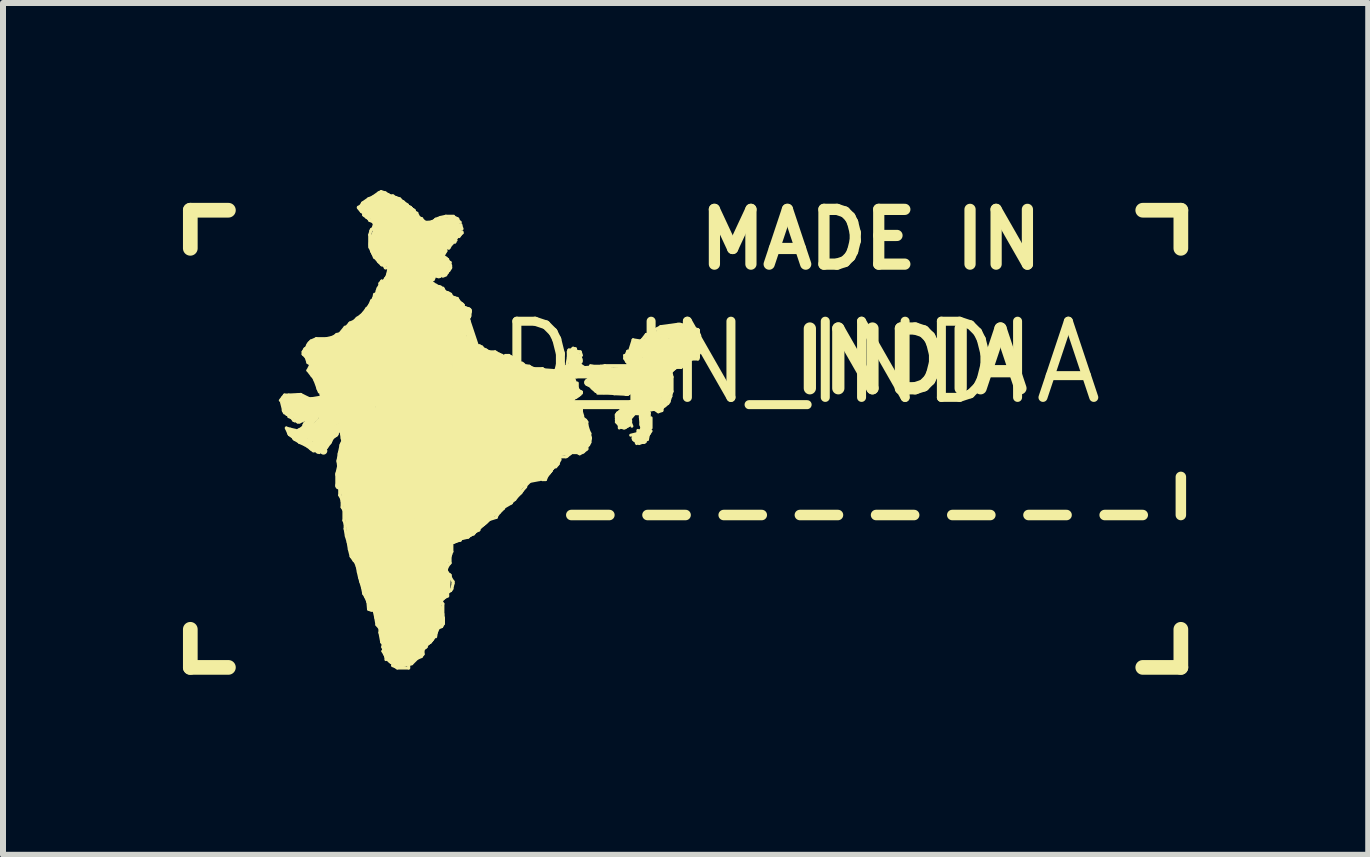
<source format=kicad_pcb>
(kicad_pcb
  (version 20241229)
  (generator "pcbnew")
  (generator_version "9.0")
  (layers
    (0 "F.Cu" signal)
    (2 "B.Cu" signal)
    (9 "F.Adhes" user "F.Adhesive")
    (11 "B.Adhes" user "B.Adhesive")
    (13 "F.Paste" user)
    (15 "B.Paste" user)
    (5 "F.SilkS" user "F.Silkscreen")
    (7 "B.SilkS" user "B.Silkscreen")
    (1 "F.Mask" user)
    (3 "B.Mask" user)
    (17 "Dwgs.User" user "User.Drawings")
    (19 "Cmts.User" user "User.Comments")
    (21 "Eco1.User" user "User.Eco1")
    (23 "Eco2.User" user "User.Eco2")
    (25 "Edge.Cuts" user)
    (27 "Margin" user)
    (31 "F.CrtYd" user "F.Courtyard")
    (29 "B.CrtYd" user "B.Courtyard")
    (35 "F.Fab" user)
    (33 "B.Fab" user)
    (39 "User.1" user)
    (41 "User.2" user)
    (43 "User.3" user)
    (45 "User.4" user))
  (footprint "MAD_IN_INDIA"
    (layer "F.Cu")
    (at 9.012 2.994)
    (property "Reference" "MAD_IN_INDIA" (at 0 0 0) (layer "F.SilkS") (effects (font (size 1.27 1.27) (thickness 0.15))))
    (fp_line (start -8.89 -2.54) (end -8.255 -2.54) (stroke (width 0.245) (type solid)) (layer "F.SilkS"))
    (fp_line (start -8.89 -1.905) (end -8.89 -2.54) (stroke (width 0.245) (type solid)) (layer "F.SilkS"))
    (fp_line (start -8.89 4.445) (end -8.89 5.08) (stroke (width 0.245) (type solid)) (layer "F.SilkS"))
    (fp_line (start -8.89 5.08) (end -8.255 5.08) (stroke (width 0.245) (type solid)) (layer "F.SilkS"))
    (fp_line (start -7.39 0.63) (end -7.32 0.54) (stroke (width 0.05) (type solid)) (layer "F.SilkS"))
    (fp_line (start -7.34 0.78) (end -7.37 0.66) (stroke (width 0.05) (type solid)) (layer "F.SilkS"))
    (fp_line (start -7.34 0.8) (end -7.34 0.78) (stroke (width 0.05) (type solid)) (layer "F.SilkS"))
    (fp_line (start -7.32 0.54) (end -7.25 0.54) (stroke (width 0.05) (type solid)) (layer "F.SilkS"))
    (fp_line (start -7.32 0.61) (end -7.28 0.74) (stroke (width 0.127) (type solid)) (layer "F.SilkS"))
    (fp_line (start -7.32 0.84) (end -7.34 0.8) (stroke (width 0.05) (type solid)) (layer "F.SilkS"))
    (fp_line (start -7.29 1.09) (end -7.22 1.11) (stroke (width 0.05) (type solid)) (layer "F.SilkS"))
    (fp_line (start -7.28 0.74) (end -7.26 0.83) (stroke (width 0.127) (type solid)) (layer "F.SilkS"))
    (fp_line (start -7.26 0.83) (end -7.22 0.7) (stroke (width 0.127) (type solid)) (layer "F.SilkS"))
    (fp_line (start -7.25 0.54) (end -7.05 0.53) (stroke (width 0.05) (type solid)) (layer "F.SilkS"))
    (fp_line (start -7.25 1.18) (end -7.29 1.09) (stroke (width 0.05) (type solid)) (layer "F.SilkS"))
    (fp_line (start -7.24 1.2) (end -7.25 1.18) (stroke (width 0.05) (type solid)) (layer "F.SilkS"))
    (fp_line (start -7.23 0.6) (end -7.08 0.58) (stroke (width 0.127) (type solid)) (layer "F.SilkS"))
    (fp_line (start -7.22 0.7) (end -7.18 0.86) (stroke (width 0.127) (type solid)) (layer "F.SilkS"))
    (fp_line (start -7.22 1.11) (end -7.13 1.13) (stroke (width 0.05) (type solid)) (layer "F.SilkS"))
    (fp_line (start -7.2 0.92) (end -7.25 0.9) (stroke (width 0.05) (type solid)) (layer "F.SilkS"))
    (fp_line (start -7.2 1.17) (end -6.79 1.42) (stroke (width 0.127) (type solid)) (layer "F.SilkS"))
    (fp_line (start -7.18 0.86) (end -7.13 0.75) (stroke (width 0.127) (type solid)) (layer "F.SilkS"))
    (fp_line (start -7.17 0.96) (end -7.2 0.92) (stroke (width 0.05) (type solid)) (layer "F.SilkS"))
    (fp_line (start -7.17 1.25) (end -7.24 1.2) (stroke (width 0.05) (type solid)) (layer "F.SilkS"))
    (fp_line (start -7.17 1.26) (end -7.17 1.25) (stroke (width 0.05) (type solid)) (layer "F.SilkS"))
    (fp_line (start -7.15 0.97) (end -7.17 0.96) (stroke (width 0.05) (type solid)) (layer "F.SilkS"))
    (fp_line (start -7.15 1.28) (end -7.17 1.26) (stroke (width 0.05) (type solid)) (layer "F.SilkS"))
    (fp_line (start -7.13 0.75) (end -7.11 0.7) (stroke (width 0.127) (type solid)) (layer "F.SilkS"))
    (fp_line (start -7.13 1.22) (end -7.2 1.17) (stroke (width 0.127) (type solid)) (layer "F.SilkS"))
    (fp_line (start -7.12 0.97) (end -7.15 0.97) (stroke (width 0.05) (type solid)) (layer "F.SilkS"))
    (fp_line (start -7.11 0.7) (end -7.07 0.71) (stroke (width 0.127) (type solid)) (layer "F.SilkS"))
    (fp_line (start -7.11 0.9) (end -7.07 0.91) (stroke (width 0.127) (type solid)) (layer "F.SilkS"))
    (fp_line (start -7.1 0.99) (end -7.12 0.97) (stroke (width 0.05) (type solid)) (layer "F.SilkS"))
    (fp_line (start -7.09 0.88) (end -7.11 0.9) (stroke (width 0.127) (type solid)) (layer "F.SilkS"))
    (fp_line (start -7.08 0.58) (end -7.32 0.61) (stroke (width 0.127) (type solid)) (layer "F.SilkS"))
    (fp_line (start -7.08 1.32) (end -7.15 1.28) (stroke (width 0.05) (type solid)) (layer "F.SilkS"))
    (fp_line (start -7.07 0.71) (end -6.94 0.75) (stroke (width 0.127) (type solid)) (layer "F.SilkS"))
    (fp_line (start -7.07 0.91) (end -7 0.89) (stroke (width 0.127) (type solid)) (layer "F.SilkS"))
    (fp_line (start -7.07 0.99) (end -7.1 0.99) (stroke (width 0.05) (type solid)) (layer "F.SilkS"))
    (fp_line (start -7.07 1.16) (end -6.98 1.18) (stroke (width 0.127) (type solid)) (layer "F.SilkS"))
    (fp_line (start -7.07 1.33) (end -7.08 1.32) (stroke (width 0.05) (type solid)) (layer "F.SilkS"))
    (fp_line (start -7.06 0.81) (end -7.09 0.88) (stroke (width 0.127) (type solid)) (layer "F.SilkS"))
    (fp_line (start -7.05 0.53) (end -6.91 0.6) (stroke (width 0.05) (type solid)) (layer "F.SilkS"))
    (fp_line (start -7.03 1.26) (end -7.13 1.22) (stroke (width 0.127) (type solid)) (layer "F.SilkS"))
    (fp_line (start -7.02 0.83) (end -7.06 0.81) (stroke (width 0.127) (type solid)) (layer "F.SilkS"))
    (fp_line (start -7.01 -0.18) (end -6.98 -0.23) (stroke (width 0.05) (type solid)) (layer "F.SilkS"))
    (fp_line (start -7.01 -0.14) (end -7.01 -0.18) (stroke (width 0.05) (type solid)) (layer "F.SilkS"))
    (fp_line (start -7 0.89) (end -6.98 0.91) (stroke (width 0.127) (type solid)) (layer "F.SilkS"))
    (fp_line (start -7 0.96) (end -7.07 0.99) (stroke (width 0.05) (type solid)) (layer "F.SilkS"))
    (fp_line (start -7 1.04) (end -6.98 1.02) (stroke (width 0.05) (type solid)) (layer "F.SilkS"))
    (fp_line (start -7 1.12) (end -7.07 1.16) (stroke (width 0.127) (type solid)) (layer "F.SilkS"))
    (fp_line (start -6.98 -0.23) (end -6.96 -0.24) (stroke (width 0.05) (type solid)) (layer "F.SilkS"))
    (fp_line (start -6.98 0.91) (end -6.82 0.91) (stroke (width 0.127) (type solid)) (layer "F.SilkS"))
    (fp_line (start -6.98 1.01) (end -6.93 0.99) (stroke (width 0.05) (type solid)) (layer "F.SilkS"))
    (fp_line (start -6.98 1.02) (end -6.98 1.01) (stroke (width 0.05) (type solid)) (layer "F.SilkS"))
    (fp_line (start -6.98 1.18) (end -6.95 1.15) (stroke (width 0.127) (type solid)) (layer "F.SilkS"))
    (fp_line (start -6.98 1.37) (end -7.07 1.33) (stroke (width 0.05) (type solid)) (layer "F.SilkS"))
    (fp_line (start -6.96 -0.24) (end -6.93 -0.3) (stroke (width 0.05) (type solid)) (layer "F.SilkS"))
    (fp_line (start -6.96 -0.09) (end -7.01 -0.14) (stroke (width 0.05) (type solid)) (layer "F.SilkS"))
    (fp_line (start -6.94 -0.17) (end -6.76 -0.34) (stroke (width 0.127) (type solid)) (layer "F.SilkS"))
    (fp_line (start -6.94 0.75) (end -6.88 0.76) (stroke (width 0.127) (type solid)) (layer "F.SilkS"))
    (fp_line (start -6.94 0.86) (end -7.02 0.83) (stroke (width 0.127) (type solid)) (layer "F.SilkS"))
    (fp_line (start -6.93 -0.3) (end -6.91 -0.33) (stroke (width 0.05) (type solid)) (layer "F.SilkS"))
    (fp_line (start -6.93 0) (end -6.96 -0.09) (stroke (width 0.05) (type solid)) (layer "F.SilkS"))
    (fp_line (start -6.93 0.13) (end -6.88 0.03) (stroke (width 0.05) (type solid)) (layer "F.SilkS"))
    (fp_line (start -6.93 0.99) (end -6.91 0.9) (stroke (width 0.05) (type solid)) (layer "F.SilkS"))
    (fp_line (start -6.93 1.4) (end -6.98 1.37) (stroke (width 0.05) (type solid)) (layer "F.SilkS"))
    (fp_line (start -6.92 0.97) (end -6.87 0.86) (stroke (width 0.127) (type solid)) (layer "F.SilkS"))
    (fp_line (start -6.91 -0.33) (end -6.88 -0.35) (stroke (width 0.05) (type solid)) (layer "F.SilkS"))
    (fp_line (start -6.91 0.6) (end -6.86 0.6) (stroke (width 0.05) (type solid)) (layer "F.SilkS"))
    (fp_line (start -6.91 0.9) (end -6.91 0.92) (stroke (width 0.05) (type solid)) (layer "F.SilkS"))
    (fp_line (start -6.91 0.92) (end -6.96 0.94) (stroke (width 0.05) (type solid)) (layer "F.SilkS"))
    (fp_line (start -6.9 -0.1) (end -5.13 -0.54) (stroke (width 0.127) (type solid)) (layer "F.SilkS"))
    (fp_line (start -6.88 -0.36) (end -6.79 -0.4) (stroke (width 0.05) (type solid)) (layer "F.SilkS"))
    (fp_line (start -6.88 -0.35) (end -6.88 -0.36) (stroke (width 0.05) (type solid)) (layer "F.SilkS"))
    (fp_line (start -6.88 0.03) (end -6.93 0) (stroke (width 0.05) (type solid)) (layer "F.SilkS"))
    (fp_line (start -6.88 0.76) (end -6.94 0.86) (stroke (width 0.127) (type solid)) (layer "F.SilkS"))
    (fp_line (start -6.88 1.14) (end -7.03 1.26) (stroke (width 0.127) (type solid)) (layer "F.SilkS"))
    (fp_line (start -6.88 1.44) (end -6.93 1.4) (stroke (width 0.05) (type solid)) (layer "F.SilkS"))
    (fp_line (start -6.87 -0.29) (end -6.9 -0.1) (stroke (width 0.127) (type solid)) (layer "F.SilkS"))
    (fp_line (start -6.87 0.86) (end -3.38 0.22) (stroke (width 0.127) (type solid)) (layer "F.SilkS"))
    (fp_line (start -6.87 1.25) (end -6.74 1.12) (stroke (width 0.127) (type solid)) (layer "F.SilkS"))
    (fp_line (start -6.86 0.22) (end -6.93 0.13) (stroke (width 0.05) (type solid)) (layer "F.SilkS"))
    (fp_line (start -6.86 0.6) (end -6.74 0.58) (stroke (width 0.05) (type solid)) (layer "F.SilkS"))
    (fp_line (start -6.85 0.13) (end -6.67 -0.04) (stroke (width 0.127) (type solid)) (layer "F.SilkS"))
    (fp_line (start -6.85 1.13) (end -6.53 0.76) (stroke (width 0.127) (type solid)) (layer "F.SilkS"))
    (fp_line (start -6.84 0.24) (end -6.86 0.22) (stroke (width 0.05) (type solid)) (layer "F.SilkS"))
    (fp_line (start -6.84 1.47) (end -6.88 1.44) (stroke (width 0.05) (type solid)) (layer "F.SilkS"))
    (fp_line (start -6.82 0.91) (end -7 1.12) (stroke (width 0.127) (type solid)) (layer "F.SilkS"))
    (fp_line (start -6.81 0.3) (end -6.84 0.24) (stroke (width 0.05) (type solid)) (layer "F.SilkS"))
    (fp_line (start -6.81 0.74) (end -6.79 0.83) (stroke (width 0.127) (type solid)) (layer "F.SilkS"))
    (fp_line (start -6.79 -0.4) (end -6.62 -0.4) (stroke (width 0.05) (type solid)) (layer "F.SilkS"))
    (fp_line (start -6.79 0.83) (end -6.71 0.87) (stroke (width 0.127) (type solid)) (layer "F.SilkS"))
    (fp_line (start -6.79 1.47) (end -6.84 1.47) (stroke (width 0.05) (type solid)) (layer "F.SilkS"))
    (fp_line (start -6.78 0.67) (end -7.23 0.6) (stroke (width 0.127) (type solid)) (layer "F.SilkS"))
    (fp_line (start -6.77 0.41) (end -6.81 0.3) (stroke (width 0.05) (type solid)) (layer "F.SilkS"))
    (fp_line (start -6.77 1.49) (end -6.79 1.47) (stroke (width 0.05) (type solid)) (layer "F.SilkS"))
    (fp_line (start -6.76 -0.34) (end -6.87 -0.29) (stroke (width 0.127) (type solid)) (layer "F.SilkS"))
    (fp_line (start -6.76 0.44) (end -6.77 0.41) (stroke (width 0.05) (type solid)) (layer "F.SilkS"))
    (fp_line (start -6.74 0.49) (end -6.76 0.44) (stroke (width 0.05) (type solid)) (layer "F.SilkS"))
    (fp_line (start -6.74 1.12) (end -6.66 1.29) (stroke (width 0.127) (type solid)) (layer "F.SilkS"))
    (fp_line (start -6.74 1.12) (end -6.45 0.83) (stroke (width 0.127) (type solid)) (layer "F.SilkS"))
    (fp_line (start -6.74 1.24) (end -6.65 1.39) (stroke (width 0.127) (type solid)) (layer "F.SilkS"))
    (fp_line (start -6.74 1.5) (end -6.77 1.49) (stroke (width 0.05) (type solid)) (layer "F.SilkS"))
    (fp_line (start -6.73 0.64) (end -6.15 0.85) (stroke (width 0.127) (type solid)) (layer "F.SilkS"))
    (fp_line (start -6.73 1.43) (end -6.92 0.97) (stroke (width 0.127) (type solid)) (layer "F.SilkS"))
    (fp_line (start -6.71 0.87) (end -6.16 1.02) (stroke (width 0.127) (type solid)) (layer "F.SilkS"))
    (fp_line (start -6.67 -0.04) (end -6.94 -0.17) (stroke (width 0.127) (type solid)) (layer "F.SilkS"))
    (fp_line (start -6.67 1.47) (end -6.88 1.14) (stroke (width 0.127) (type solid)) (layer "F.SilkS"))
    (fp_line (start -6.66 1.29) (end -6.73 1.43) (stroke (width 0.127) (type solid)) (layer "F.SilkS"))
    (fp_line (start -6.65 1.39) (end -6.59 1.31) (stroke (width 0.127) (type solid)) (layer "F.SilkS"))
    (fp_line (start -6.63 -0.1) (end -6.28 -0.15) (stroke (width 0.61) (type solid)) (layer "F.SilkS"))
    (fp_line (start -6.62 -0.4) (end -6.53 -0.42) (stroke (width 0.05) (type solid)) (layer "F.SilkS"))
    (fp_line (start -6.59 0.09) (end -6.63 -0.1) (stroke (width 0.61) (type solid)) (layer "F.SilkS"))
    (fp_line (start -6.59 1.31) (end -6.55 1.23) (stroke (width 0.127) (type solid)) (layer "F.SilkS"))
    (fp_line (start -6.55 1.23) (end -6.48 1.18) (stroke (width 0.127) (type solid)) (layer "F.SilkS"))
    (fp_line (start -6.53 -0.42) (end -6.47 -0.45) (stroke (width 0.05) (type solid)) (layer "F.SilkS"))
    (fp_line (start -6.53 0.76) (end -6.81 0.74) (stroke (width 0.127) (type solid)) (layer "F.SilkS"))
    (fp_line (start -6.5 1.16) (end -6.38 1.07) (stroke (width 0.127) (type solid)) (layer "F.SilkS"))
    (fp_line (start -6.48 1.18) (end -6.5 1.16) (stroke (width 0.127) (type solid)) (layer "F.SilkS"))
    (fp_line (start -6.47 -0.45) (end -6.45 -0.47) (stroke (width 0.05) (type solid)) (layer "F.SilkS"))
    (fp_line (start -6.45 -0.47) (end -6.4 -0.48) (stroke (width 0.05) (type solid)) (layer "F.SilkS"))
    (fp_line (start -6.45 0.38) (end -6.59 0.09) (stroke (width 0.61) (type solid)) (layer "F.SilkS"))
    (fp_line (start -6.45 0.83) (end -6.85 1.13) (stroke (width 0.127) (type solid)) (layer "F.SilkS"))
    (fp_line (start -6.43 0.51) (end -6.45 0.38) (stroke (width 0.61) (type solid)) (layer "F.SilkS"))
    (fp_line (start -6.41 1.86) (end -6.38 1.73) (stroke (width 0.127) (type solid)) (layer "F.SilkS"))
    (fp_line (start -6.41 2.05) (end -6.41 1.86) (stroke (width 0.127) (type solid)) (layer "F.SilkS"))
    (fp_line (start -6.4 -0.48) (end -6.31 -0.59) (stroke (width 0.05) (type solid)) (layer "F.SilkS"))
    (fp_line (start -6.4 2.05) (end -6.38 1.93) (stroke (width 0.05) (type solid)) (layer "F.SilkS"))
    (fp_line (start -6.4 2.21) (end -6.4 2.05) (stroke (width 0.05) (type solid)) (layer "F.SilkS"))
    (fp_line (start -6.39 1.64) (end -6.37 1.52) (stroke (width 0.127) (type solid)) (layer "F.SilkS"))
    (fp_line (start -6.38 1.07) (end -6.31 1.18) (stroke (width 0.127) (type solid)) (layer "F.SilkS"))
    (fp_line (start -6.38 1.73) (end -6.39 1.64) (stroke (width 0.127) (type solid)) (layer "F.SilkS"))
    (fp_line (start -6.38 1.93) (end -6.36 1.83) (stroke (width 0.05) (type solid)) (layer "F.SilkS"))
    (fp_line (start -6.38 2.24) (end -6.4 2.21) (stroke (width 0.05) (type solid)) (layer "F.SilkS"))
    (fp_line (start -6.37 1.52) (end -6.34 1.38) (stroke (width 0.127) (type solid)) (layer "F.SilkS"))
    (fp_line (start -6.36 1.83) (end -6.35 1.71) (stroke (width 0.05) (type solid)) (layer "F.SilkS"))
    (fp_line (start -6.36 2.31) (end -6.38 2.24) (stroke (width 0.05) (type solid)) (layer "F.SilkS"))
    (fp_line (start -6.36 2.41) (end -6.36 2.31) (stroke (width 0.05) (type solid)) (layer "F.SilkS"))
    (fp_line (start -6.34 1.14) (end -5.74 0.58) (stroke (width 0.127) (type solid)) (layer "F.SilkS"))
    (fp_line (start -6.34 1.38) (end -6.3 1.29) (stroke (width 0.127) (type solid)) (layer "F.SilkS"))
    (fp_line (start -6.33 2.46) (end -6.36 2.41) (stroke (width 0.05) (type solid)) (layer "F.SilkS"))
    (fp_line (start -6.33 2.63) (end -6.33 2.46) (stroke (width 0.05) (type solid)) (layer "F.SilkS"))
    (fp_line (start -6.32 1.26) (end -6.34 1.14) (stroke (width 0.127) (type solid)) (layer "F.SilkS"))
    (fp_line (start -6.32 1.88) (end -6.41 2.05) (stroke (width 0.127) (type solid)) (layer "F.SilkS"))
    (fp_line (start -6.31 -0.59) (end -6.29 -0.59) (stroke (width 0.05) (type solid)) (layer "F.SilkS"))
    (fp_line (start -6.31 1.18) (end -6.3 1.34) (stroke (width 0.127) (type solid)) (layer "F.SilkS"))
    (fp_line (start -6.31 1.48) (end -5.89 1.09) (stroke (width 0.127) (type solid)) (layer "F.SilkS"))
    (fp_line (start -6.31 2.69) (end -6.33 2.63) (stroke (width 0.05) (type solid)) (layer "F.SilkS"))
    (fp_line (start -6.31 2.77) (end -6.31 2.69) (stroke (width 0.05) (type solid)) (layer "F.SilkS"))
    (fp_line (start -6.3 1.02) (end -6.74 1.24) (stroke (width 0.127) (type solid)) (layer "F.SilkS"))
    (fp_line (start -6.3 1.29) (end -6.32 1.26) (stroke (width 0.127) (type solid)) (layer "F.SilkS"))
    (fp_line (start -6.3 1.34) (end -6.32 1.88) (stroke (width 0.127) (type solid)) (layer "F.SilkS"))
    (fp_line (start -6.29 -0.59) (end -6.23 -0.66) (stroke (width 0.05) (type solid)) (layer "F.SilkS"))
    (fp_line (start -6.29 0.47) (end -6.43 0.51) (stroke (width 0.61) (type solid)) (layer "F.SilkS"))
    (fp_line (start -6.29 1.68) (end -6.3 1.72) (stroke (width 0.127) (type solid)) (layer "F.SilkS"))
    (fp_line (start -6.29 2.89) (end -6.31 2.77) (stroke (width 0.05) (type solid)) (layer "F.SilkS"))
    (fp_line (start -6.28 -0.21) (end -5.99 -0.44) (stroke (width 0.61) (type solid)) (layer "F.SilkS"))
    (fp_line (start -6.28 -0.15) (end -6.22 -0.23) (stroke (width 0.61) (type solid)) (layer "F.SilkS"))
    (fp_line (start -6.26 1.43) (end -6.3 1.02) (stroke (width 0.127) (type solid)) (layer "F.SilkS"))
    (fp_line (start -6.26 2.99) (end -6.29 2.89) (stroke (width 0.05) (type solid)) (layer "F.SilkS"))
    (fp_line (start -6.24 3.11) (end -6.26 2.99) (stroke (width 0.05) (type solid)) (layer "F.SilkS"))
    (fp_line (start -6.23 -0.66) (end -6.16 -0.69) (stroke (width 0.05) (type solid)) (layer "F.SilkS"))
    (fp_line (start -6.22 -0.23) (end -6.28 -0.21) (stroke (width 0.61) (type solid)) (layer "F.SilkS"))
    (fp_line (start -6.21 3.23) (end -6.24 3.11) (stroke (width 0.05) (type solid)) (layer "F.SilkS"))
    (fp_line (start -6.19 0.77) (end -6.87 1.25) (stroke (width 0.127) (type solid)) (layer "F.SilkS"))
    (fp_line (start -6.16 -0.69) (end -6.11 -0.74) (stroke (width 0.05) (type solid)) (layer "F.SilkS"))
    (fp_line (start -6.16 1.02) (end -6.26 1.43) (stroke (width 0.127) (type solid)) (layer "F.SilkS"))
    (fp_line (start -6.16 3.3) (end -6.21 3.23) (stroke (width 0.05) (type solid)) (layer "F.SilkS"))
    (fp_line (start -6.15 0.85) (end -6.06 0.72) (stroke (width 0.127) (type solid)) (layer "F.SilkS"))
    (fp_line (start -6.14 3.32) (end -6.16 3.3) (stroke (width 0.05) (type solid)) (layer "F.SilkS"))
    (fp_line (start -6.11 -0.74) (end -6.05 -0.78) (stroke (width 0.05) (type solid)) (layer "F.SilkS"))
    (fp_line (start -6.11 3.39) (end -6.14 3.32) (stroke (width 0.05) (type solid)) (layer "F.SilkS"))
    (fp_line (start -6.09 -2.59) (end -6.05 -2.61) (stroke (width 0.05) (type solid)) (layer "F.SilkS"))
    (fp_line (start -6.09 3.49) (end -6.11 3.39) (stroke (width 0.05) (type solid)) (layer "F.SilkS"))
    (fp_line (start -6.08 2.11) (end -5.99 1.56) (stroke (width 0.61) (type solid)) (layer "F.SilkS"))
    (fp_line (start -6.07 3.58) (end -6.09 3.49) (stroke (width 0.05) (type solid)) (layer "F.SilkS"))
    (fp_line (start -6.06 0.72) (end -6.02 0.63) (stroke (width 0.127) (type solid)) (layer "F.SilkS"))
    (fp_line (start -6.05 -2.61) (end -6.02 -2.66) (stroke (width 0.05) (type solid)) (layer "F.SilkS"))
    (fp_line (start -6.05 -0.78) (end -6 -0.83) (stroke (width 0.05) (type solid)) (layer "F.SilkS"))
    (fp_line (start -6.05 3.65) (end -6.07 3.58) (stroke (width 0.05) (type solid)) (layer "F.SilkS"))
    (fp_line (start -6.04 -2.52) (end -6.09 -2.58) (stroke (width 0.05) (type solid)) (layer "F.SilkS"))
    (fp_line (start -6.04 0.82) (end -6.19 0.77) (stroke (width 0.127) (type solid)) (layer "F.SilkS"))
    (fp_line (start -6.04 2.34) (end -6.08 2.11) (stroke (width 0.61) (type solid)) (layer "F.SilkS"))
    (fp_line (start -6.03 1.6) (end -6.04 1.46) (stroke (width 0.61) (type solid)) (layer "F.SilkS"))
    (fp_line (start -6.02 -2.66) (end -5.92 -2.73) (stroke (width 0.05) (type solid)) (layer "F.SilkS"))
    (fp_line (start -6.02 0.63) (end -5.98 0.57) (stroke (width 0.127) (type solid)) (layer "F.SilkS"))
    (fp_line (start -6.02 3.75) (end -6.05 3.65) (stroke (width 0.05) (type solid)) (layer "F.SilkS"))
    (fp_line (start -6 -2.58) (end -5.9 -2.47) (stroke (width 0.127) (type solid)) (layer "F.SilkS"))
    (fp_line (start -6 -2.49) (end -6.04 -2.52) (stroke (width 0.05) (type solid)) (layer "F.SilkS"))
    (fp_line (start -6 -2.46) (end -6 -2.49) (stroke (width 0.05) (type solid)) (layer "F.SilkS"))
    (fp_line (start -6 -0.83) (end -5.95 -0.9) (stroke (width 0.05) (type solid)) (layer "F.SilkS"))
    (fp_line (start -6 3.85) (end -6.02 3.75) (stroke (width 0.05) (type solid)) (layer "F.SilkS"))
    (fp_line (start -5.99 -0.44) (end -5.87 -0.54) (stroke (width 0.61) (type solid)) (layer "F.SilkS"))
    (fp_line (start -5.99 1.56) (end -6.03 1.6) (stroke (width 0.61) (type solid)) (layer "F.SilkS"))
    (fp_line (start -5.98 0.57) (end -5.94 0.52) (stroke (width 0.127) (type solid)) (layer "F.SilkS"))
    (fp_line (start -5.97 3.9) (end -6 3.85) (stroke (width 0.05) (type solid)) (layer "F.SilkS"))
    (fp_line (start -5.96 2.94) (end -6.04 2.34) (stroke (width 0.61) (type solid)) (layer "F.SilkS"))
    (fp_line (start -5.95 -2.42) (end -6 -2.46) (stroke (width 0.05) (type solid)) (layer "F.SilkS"))
    (fp_line (start -5.95 -0.9) (end -5.92 -0.93) (stroke (width 0.05) (type solid)) (layer "F.SilkS"))
    (fp_line (start -5.94 0.52) (end -5.91 0.51) (stroke (width 0.127) (type solid)) (layer "F.SilkS"))
    (fp_line (start -5.93 0.54) (end -5.88 0.7) (stroke (width 0.127) (type solid)) (layer "F.SilkS"))
    (fp_line (start -5.93 3.99) (end -5.97 3.9) (stroke (width 0.05) (type solid)) (layer "F.SilkS"))
    (fp_line (start -5.92 -2.73) (end -5.85 -2.76) (stroke (width 0.05) (type solid)) (layer "F.SilkS"))
    (fp_line (start -5.92 -2.4) (end -5.95 -2.42) (stroke (width 0.05) (type solid)) (layer "F.SilkS"))
    (fp_line (start -5.92 -0.93) (end -5.9 -0.96) (stroke (width 0.05) (type solid)) (layer "F.SilkS"))
    (fp_line (start -5.92 3.09) (end -5.96 2.94) (stroke (width 0.61) (type solid)) (layer "F.SilkS"))
    (fp_line (start -5.92 4.11) (end -5.93 3.99) (stroke (width 0.05) (type solid)) (layer "F.SilkS"))
    (fp_line (start -5.91 0.42) (end -6.85 0.13) (stroke (width 0.127) (type solid)) (layer "F.SilkS"))
    (fp_line (start -5.91 0.51) (end -5.84 0.48) (stroke (width 0.127) (type solid)) (layer "F.SilkS"))
    (fp_line (start -5.91 0.69) (end -5.93 0.54) (stroke (width 0.127) (type solid)) (layer "F.SilkS"))
    (fp_line (start -5.9 -2.47) (end -5.88 -2.56) (stroke (width 0.127) (type solid)) (layer "F.SilkS"))
    (fp_line (start -5.9 -2.37) (end -5.92 -2.4) (stroke (width 0.05) (type solid)) (layer "F.SilkS"))
    (fp_line (start -5.9 -2.13) (end -5.88 -2.2) (stroke (width 0.05) (type solid)) (layer "F.SilkS"))
    (fp_line (start -5.9 -1.92) (end -5.9 -2.13) (stroke (width 0.05) (type solid)) (layer "F.SilkS"))
    (fp_line (start -5.9 -0.96) (end -5.87 -1.03) (stroke (width 0.05) (type solid)) (layer "F.SilkS"))
    (fp_line (start -5.9 1.03) (end -5.75 1.2) (stroke (width 0.61) (type solid)) (layer "F.SilkS"))
    (fp_line (start -5.89 1.09) (end -6.73 0.64) (stroke (width 0.127) (type solid)) (layer "F.SilkS"))
    (fp_line (start -5.88 -2.2) (end -5.87 -2.22) (stroke (width 0.05) (type solid)) (layer "F.SilkS"))
    (fp_line (start -5.88 0.7) (end -6.04 0.82) (stroke (width 0.127) (type solid)) (layer "F.SilkS"))
    (fp_line (start -5.87 -2.69) (end -6 -2.58) (stroke (width 0.127) (type solid)) (layer "F.SilkS"))
    (fp_line (start -5.87 -2.22) (end -5.85 -2.23) (stroke (width 0.05) (type solid)) (layer "F.SilkS"))
    (fp_line (start -5.87 -1.03) (end -5.83 -1.07) (stroke (width 0.05) (type solid)) (layer "F.SilkS"))
    (fp_line (start -5.87 -0.54) (end -5.59 -0.85) (stroke (width 0.61) (type solid)) (layer "F.SilkS"))
    (fp_line (start -5.87 0.78) (end -5.91 0.69) (stroke (width 0.127) (type solid)) (layer "F.SilkS"))
    (fp_line (start -5.87 4.13) (end -5.92 4.11) (stroke (width 0.05) (type solid)) (layer "F.SilkS"))
    (fp_line (start -5.86 0.71) (end -5.87 0.78) (stroke (width 0.127) (type solid)) (layer "F.SilkS"))
    (fp_line (start -5.85 -2.76) (end -5.75 -2.83) (stroke (width 0.05) (type solid)) (layer "F.SilkS"))
    (fp_line (start -5.85 -2.35) (end -5.9 -2.37) (stroke (width 0.05) (type solid)) (layer "F.SilkS"))
    (fp_line (start -5.85 -2.23) (end -5.83 -2.27) (stroke (width 0.05) (type solid)) (layer "F.SilkS"))
    (fp_line (start -5.84 0.48) (end -5.82 0.5) (stroke (width 0.127) (type solid)) (layer "F.SilkS"))
    (fp_line (start -5.84 3.27) (end -5.92 3.09) (stroke (width 0.61) (type solid)) (layer "F.SilkS"))
    (fp_line (start -5.83 -2.27) (end -5.82 -2.34) (stroke (width 0.05) (type solid)) (layer "F.SilkS"))
    (fp_line (start -5.83 -1.08) (end -5.82 -1.14) (stroke (width 0.05) (type solid)) (layer "F.SilkS"))
    (fp_line (start -5.83 -1.07) (end -5.83 -1.08) (stroke (width 0.05) (type solid)) (layer "F.SilkS"))
    (fp_line (start -5.82 -1.75) (end -5.87 -1.87) (stroke (width 0.05) (type solid)) (layer "F.SilkS"))
    (fp_line (start -5.82 0.5) (end -5.82 0.55) (stroke (width 0.127) (type solid)) (layer "F.SilkS"))
    (fp_line (start -5.82 0.55) (end -5.86 0.71) (stroke (width 0.127) (type solid)) (layer "F.SilkS"))
    (fp_line (start -5.8 4.25) (end -5.82 4.16) (stroke (width 0.05) (type solid)) (layer "F.SilkS"))
    (fp_line (start -5.79 3.38) (end -5.84 3.27) (stroke (width 0.61) (type solid)) (layer "F.SilkS"))
    (fp_line (start -5.78 -1.19) (end -5.76 -1.24) (stroke (width 0.05) (type solid)) (layer "F.SilkS"))
    (fp_line (start -5.78 4.37) (end -5.8 4.25) (stroke (width 0.05) (type solid)) (layer "F.SilkS"))
    (fp_line (start -5.77 0.01) (end -5.94 0.19) (stroke (width 0.61) (type solid)) (layer "F.SilkS"))
    (fp_line (start -5.76 -1.24) (end -5.73 -1.29) (stroke (width 0.05) (type solid)) (layer "F.SilkS"))
    (fp_line (start -5.76 3.52) (end -5.79 3.38) (stroke (width 0.61) (type solid)) (layer "F.SilkS"))
    (fp_line (start -5.75 -2.83) (end -5.71 -2.85) (stroke (width 0.05) (type solid)) (layer "F.SilkS"))
    (fp_line (start -5.75 -1.68) (end -5.8 -1.74) (stroke (width 0.05) (type solid)) (layer "F.SilkS"))
    (fp_line (start -5.75 1.2) (end -5.31 3.31) (stroke (width 0.61) (type solid)) (layer "F.SilkS"))
    (fp_line (start -5.74 0.58) (end -6.74 1.12) (stroke (width 0.127) (type solid)) (layer "F.SilkS"))
    (fp_line (start -5.73 -1.32) (end -5.7 -1.32) (stroke (width 0.05) (type solid)) (layer "F.SilkS"))
    (fp_line (start -5.73 -1.29) (end -5.71 -1.31) (stroke (width 0.05) (type solid)) (layer "F.SilkS"))
    (fp_line (start -5.73 4.43) (end -5.78 4.37) (stroke (width 0.05) (type solid)) (layer "F.SilkS"))
    (fp_line (start -5.73 4.5) (end -5.73 4.43) (stroke (width 0.05) (type solid)) (layer "F.SilkS"))
    (fp_line (start -5.72 -2.78) (end -5.87 -2.69) (stroke (width 0.127) (type solid)) (layer "F.SilkS"))
    (fp_line (start -5.71 -2.85) (end -5.64 -2.83) (stroke (width 0.05) (type solid)) (layer "F.SilkS"))
    (fp_line (start -5.71 -1.32) (end -5.7 -1.36) (stroke (width 0.05) (type solid)) (layer "F.SilkS"))
    (fp_line (start -5.71 -1.31) (end -5.71 -1.32) (stroke (width 0.05) (type solid)) (layer "F.SilkS"))
    (fp_line (start -5.71 3.7) (end -5.76 3.52) (stroke (width 0.61) (type solid)) (layer "F.SilkS"))
    (fp_line (start -5.7 -1.63) (end -5.75 -1.68) (stroke (width 0.05) (type solid)) (layer "F.SilkS"))
    (fp_line (start -5.7 -1.36) (end -5.73 -1.32) (stroke (width 0.05) (type solid)) (layer "F.SilkS"))
    (fp_line (start -5.7 -1.32) (end -5.68 -1.34) (stroke (width 0.05) (type solid)) (layer "F.SilkS"))
    (fp_line (start -5.7 4.66) (end -5.73 4.5) (stroke (width 0.05) (type solid)) (layer "F.SilkS"))
    (fp_line (start -5.68 -1.34) (end -5.63 -1.41) (stroke (width 0.05) (type solid)) (layer "F.SilkS"))
    (fp_line (start -5.68 4.67) (end -5.7 4.66) (stroke (width 0.05) (type solid)) (layer "F.SilkS"))
    (fp_line (start -5.68 4.74) (end -5.68 4.67) (stroke (width 0.05) (type solid)) (layer "F.SilkS"))
    (fp_line (start -5.68 4.81) (end -5.66 4.81) (stroke (width 0.05) (type solid)) (layer "F.SilkS"))
    (fp_line (start -5.66 -1.62) (end -5.7 -1.63) (stroke (width 0.05) (type solid)) (layer "F.SilkS"))
    (fp_line (start -5.66 3.9) (end -5.31 4.29) (stroke (width 0.61) (type solid)) (layer "F.SilkS"))
    (fp_line (start -5.66 4.81) (end -5.68 4.74) (stroke (width 0.05) (type solid)) (layer "F.SilkS"))
    (fp_line (start -5.65 -2.78) (end -5.72 -2.78) (stroke (width 0.127) (type solid)) (layer "F.SilkS"))
    (fp_line (start -5.64 -2.83) (end -5.63 -2.82) (stroke (width 0.05) (type solid)) (layer "F.SilkS"))
    (fp_line (start -5.64 -1.58) (end -5.66 -1.62) (stroke (width 0.05) (type solid)) (layer "F.SilkS"))
    (fp_line (start -5.63 -2.82) (end -5.59 -2.8) (stroke (width 0.05) (type solid)) (layer "F.SilkS"))
    (fp_line (start -5.63 -1.41) (end -5.61 -1.41) (stroke (width 0.05) (type solid)) (layer "F.SilkS"))
    (fp_line (start -5.63 3.94) (end -5.66 3.9) (stroke (width 0.61) (type solid)) (layer "F.SilkS"))
    (fp_line (start -5.63 4.9) (end -5.68 4.81) (stroke (width 0.05) (type solid)) (layer "F.SilkS"))
    (fp_line (start -5.63 4.95) (end -5.63 4.9) (stroke (width 0.05) (type solid)) (layer "F.SilkS"))
    (fp_line (start -5.62 -2.46) (end -5.65 -2.78) (stroke (width 0.127) (type solid)) (layer "F.SilkS"))
    (fp_line (start -5.61 -1.97) (end -5.53 -2.18) (stroke (width 0.61) (type solid)) (layer "F.SilkS"))
    (fp_line (start -5.61 -1.41) (end -5.58 -1.58) (stroke (width 0.05) (type solid)) (layer "F.SilkS"))
    (fp_line (start -5.61 4.81) (end -5.68 4.74) (stroke (width 0.05) (type solid)) (layer "F.SilkS"))
    (fp_line (start -5.6 -2.49) (end -5.39 -2.36) (stroke (width 0.61) (type solid)) (layer "F.SilkS"))
    (fp_line (start -5.59 -2.8) (end -5.56 -2.78) (stroke (width 0.05) (type solid)) (layer "F.SilkS"))
    (fp_line (start -5.59 -0.85) (end -5.56 -0.99) (stroke (width 0.61) (type solid)) (layer "F.SilkS"))
    (fp_line (start -5.58 -1.58) (end -5.64 -1.58) (stroke (width 0.05) (type solid)) (layer "F.SilkS"))
    (fp_line (start -5.58 3.77) (end -5.71 3.7) (stroke (width 0.61) (type solid)) (layer "F.SilkS"))
    (fp_line (start -5.56 -2.78) (end -5.52 -2.78) (stroke (width 0.05) (type solid)) (layer "F.SilkS"))
    (fp_line (start -5.56 -0.99) (end -5.4 -1.22) (stroke (width 0.61) (type solid)) (layer "F.SilkS"))
    (fp_line (start -5.53 -2.18) (end -5.45 -2.36) (stroke (width 0.61) (type solid)) (layer "F.SilkS"))
    (fp_line (start -5.52 2.24) (end -5.48 0.02) (stroke (width 0.61) (type solid)) (layer "F.SilkS"))
    (fp_line (start -5.51 -2.78) (end -5.47 -2.75) (stroke (width 0.05) (type solid)) (layer "F.SilkS"))
    (fp_line (start -5.51 -1.89) (end -5.61 -1.97) (stroke (width 0.61) (type solid)) (layer "F.SilkS"))
    (fp_line (start -5.51 5.02) (end -5.61 4.81) (stroke (width 0.05) (type solid)) (layer "F.SilkS"))
    (fp_line (start -5.5 4.06) (end -5.63 3.94) (stroke (width 0.61) (type solid)) (layer "F.SilkS"))
    (fp_line (start -5.49 4.24) (end -5.44 4.38) (stroke (width 0.61) (type solid)) (layer "F.SilkS"))
    (fp_line (start -5.48 0.02) (end -5.25 -0.62) (stroke (width 0.61) (type solid)) (layer "F.SilkS"))
    (fp_line (start -5.47 -2.75) (end -5.46 -2.75) (stroke (width 0.05) (type solid)) (layer "F.SilkS"))
    (fp_line (start -5.47 5.07) (end -5.52 5.05) (stroke (width 0.05) (type solid)) (layer "F.SilkS"))
    (fp_line (start -5.46 -2.75) (end -5.4 -2.73) (stroke (width 0.05) (type solid)) (layer "F.SilkS"))
    (fp_line (start -5.45 -2.36) (end -5.6 -2.49) (stroke (width 0.61) (type solid)) (layer "F.SilkS"))
    (fp_line (start -5.44 4.38) (end -5.42 4.48) (stroke (width 0.61) (type solid)) (layer "F.SilkS"))
    (fp_line (start -5.44 5.09) (end -5.47 5.07) (stroke (width 0.05) (type solid)) (layer "F.SilkS"))
    (fp_line (start -5.42 4.48) (end -5.41 4.58) (stroke (width 0.61) (type solid)) (layer "F.SilkS"))
    (fp_line (start -5.41 4.58) (end -5.35 4.68) (stroke (width 0.61) (type solid)) (layer "F.SilkS"))
    (fp_line (start -5.4 -2.73) (end -5.35 -2.68) (stroke (width 0.05) (type solid)) (layer "F.SilkS"))
    (fp_line (start -5.4 -1.22) (end -5.27 -1.54) (stroke (width 0.61) (type solid)) (layer "F.SilkS"))
    (fp_line (start -5.39 -2.36) (end -5.26 -2.15) (stroke (width 0.61) (type solid)) (layer "F.SilkS"))
    (fp_line (start -5.38 4.72) (end -5.38 4.77) (stroke (width 0.61) (type solid)) (layer "F.SilkS"))
    (fp_line (start -5.38 4.77) (end -5.27 4.67) (stroke (width 0.61) (type solid)) (layer "F.SilkS"))
    (fp_line (start -5.37 -1.82) (end -5.51 -1.89) (stroke (width 0.61) (type solid)) (layer "F.SilkS"))
    (fp_line (start -5.35 -2.68) (end -5.34 -2.68) (stroke (width 0.05) (type solid)) (layer "F.SilkS"))
    (fp_line (start -5.35 4.68) (end -5.38 4.72) (stroke (width 0.61) (type solid)) (layer "F.SilkS"))
    (fp_line (start -5.34 -2.68) (end -5.32 -2.66) (stroke (width 0.05) (type solid)) (layer "F.SilkS"))
    (fp_line (start -5.32 -2.66) (end -5.27 -2.63) (stroke (width 0.05) (type solid)) (layer "F.SilkS"))
    (fp_line (start -5.31 3.31) (end -5.25 3.9) (stroke (width 0.61) (type solid)) (layer "F.SilkS"))
    (fp_line (start -5.31 4.29) (end -5.49 4.24) (stroke (width 0.61) (type solid)) (layer "F.SilkS"))
    (fp_line (start -5.27 -1.54) (end -5.37 -1.82) (stroke (width 0.61) (type solid)) (layer "F.SilkS"))
    (fp_line (start -5.27 4.67) (end -4.56 1.97) (stroke (width 0.61) (type solid)) (layer "F.SilkS"))
    (fp_line (start -5.26 -2.15) (end -5.2 -2.16) (stroke (width 0.61) (type solid)) (layer "F.SilkS"))
    (fp_line (start -5.25 -0.62) (end -5.77 0.01) (stroke (width 0.61) (type solid)) (layer "F.SilkS"))
    (fp_line (start -5.25 3.9) (end -4.8 2.77) (stroke (width 0.61) (type solid)) (layer "F.SilkS"))
    (fp_line (start -5.25 5.05) (end -5.25 5.09) (stroke (width 0.05) (type solid)) (layer "F.SilkS"))
    (fp_line (start -5.25 5.09) (end -5.44 5.09) (stroke (width 0.05) (type solid)) (layer "F.SilkS"))
    (fp_line (start -5.23 5.02) (end -5.25 5.05) (stroke (width 0.05) (type solid)) (layer "F.SilkS"))
    (fp_line (start -5.22 -2.59) (end -5.2 -2.56) (stroke (width 0.05) (type solid)) (layer "F.SilkS"))
    (fp_line (start -5.2 -2.56) (end -5.16 -2.54) (stroke (width 0.05) (type solid)) (layer "F.SilkS"))
    (fp_line (start -5.2 -2.16) (end -4.98 -1.99) (stroke (width 0.61) (type solid)) (layer "F.SilkS"))
    (fp_line (start -5.2 5.02) (end -5.23 5.02) (stroke (width 0.05) (type solid)) (layer "F.SilkS"))
    (fp_line (start -5.16 -2.54) (end -5.15 -2.51) (stroke (width 0.05) (type solid)) (layer "F.SilkS"))
    (fp_line (start -5.16 -1.4) (end -5.09 -0.97) (stroke (width 0.61) (type solid)) (layer "F.SilkS"))
    (fp_line (start -5.15 -2.51) (end -5.11 -2.49) (stroke (width 0.05) (type solid)) (layer "F.SilkS"))
    (fp_line (start -5.13 -0.54) (end -4.32 -0.74) (stroke (width 0.127) (type solid)) (layer "F.SilkS"))
    (fp_line (start -5.11 4.08) (end -5 4.12) (stroke (width 0.61) (type solid)) (layer "F.SilkS"))
    (fp_line (start -5.11 4.93) (end -5.2 5.02) (stroke (width 0.05) (type solid)) (layer "F.SilkS"))
    (fp_line (start -5.1 -2.46) (end -5.08 -2.42) (stroke (width 0.05) (type solid)) (layer "F.SilkS"))
    (fp_line (start -5.09 -1.66) (end -5.16 -1.4) (stroke (width 0.61) (type solid)) (layer "F.SilkS"))
    (fp_line (start -5.09 -0.97) (end -4.97 -1.05) (stroke (width 0.61) (type solid)) (layer "F.SilkS"))
    (fp_line (start -5.08 -2.42) (end -5.04 -2.4) (stroke (width 0.05) (type solid)) (layer "F.SilkS"))
    (fp_line (start -5.08 -1.82) (end -5.09 -1.66) (stroke (width 0.61) (type solid)) (layer "F.SilkS"))
    (fp_line (start -5.08 4.45) (end -5.5 4.06) (stroke (width 0.61) (type solid)) (layer "F.SilkS"))
    (fp_line (start -5.05 -1.08) (end -5.01 -1.66) (stroke (width 0.127) (type solid)) (layer "F.SilkS"))
    (fp_line (start -5.04 -2.4) (end -5.03 -2.4) (stroke (width 0.05) (type solid)) (layer "F.SilkS"))
    (fp_line (start -5.04 4.9) (end -5.11 4.93) (stroke (width 0.05) (type solid)) (layer "F.SilkS"))
    (fp_line (start -5.01 -1.66) (end -4.8 -1.49) (stroke (width 0.127) (type solid)) (layer "F.SilkS"))
    (fp_line (start -5.01 4.78) (end -5.01 4.86) (stroke (width 0.05) (type solid)) (layer "F.SilkS"))
    (fp_line (start -5.01 4.86) (end -5.04 4.9) (stroke (width 0.05) (type solid)) (layer "F.SilkS"))
    (fp_line (start -5 4.12) (end -4.99 4.2) (stroke (width 0.61) (type solid)) (layer "F.SilkS"))
    (fp_line (start -4.99 2.85) (end -4.82 3.01) (stroke (width 0.61) (type solid)) (layer "F.SilkS"))
    (fp_line (start -4.99 4.2) (end -4.97 4.22) (stroke (width 0.61) (type solid)) (layer "F.SilkS"))
    (fp_line (start -4.98 -1.99) (end -4.94 -1.94) (stroke (width 0.61) (type solid)) (layer "F.SilkS"))
    (fp_line (start -4.98 2.08) (end -4.53 -0.21) (stroke (width 0.61) (type solid)) (layer "F.SilkS"))
    (fp_line (start -4.97 -1.05) (end -4.83 -0.96) (stroke (width 0.61) (type solid)) (layer "F.SilkS"))
    (fp_line (start -4.97 4.22) (end -5.08 4.45) (stroke (width 0.61) (type solid)) (layer "F.SilkS"))
    (fp_line (start -4.96 -2.34) (end -4.92 -2.34) (stroke (width 0.05) (type solid)) (layer "F.SilkS"))
    (fp_line (start -4.96 4.74) (end -5.01 4.78) (stroke (width 0.05) (type solid)) (layer "F.SilkS"))
    (fp_line (start -4.94 -1.94) (end -5.08 -1.82) (stroke (width 0.61) (type solid)) (layer "F.SilkS"))
    (fp_line (start -4.94 4.69) (end -4.96 4.74) (stroke (width 0.05) (type solid)) (layer "F.SilkS"))
    (fp_line (start -4.93 3.42) (end -4.89 3.55) (stroke (width 0.61) (type solid)) (layer "F.SilkS"))
    (fp_line (start -4.91 -2.34) (end -4.86 -2.35) (stroke (width 0.05) (type solid)) (layer "F.SilkS"))
    (fp_line (start -4.89 4.66) (end -4.94 4.69) (stroke (width 0.05) (type solid)) (layer "F.SilkS"))
    (fp_line (start -4.88 -2.28) (end -4.53 -2.26) (stroke (width 0.127) (type solid)) (layer "F.SilkS"))
    (fp_line (start -4.86 -2.35) (end -4.82 -2.37) (stroke (width 0.05) (type solid)) (layer "F.SilkS"))
    (fp_line (start -4.86 3.63) (end -5.11 4.08) (stroke (width 0.61) (type solid)) (layer "F.SilkS"))
    (fp_line (start -4.86 3.73) (end -4.86 3.63) (stroke (width 0.61) (type solid)) (layer "F.SilkS"))
    (fp_line (start -4.86 4.62) (end -4.89 4.66) (stroke (width 0.05) (type solid)) (layer "F.SilkS"))
    (fp_line (start -4.85 -0.46) (end -5.52 2.24) (stroke (width 0.61) (type solid)) (layer "F.SilkS"))
    (fp_line (start -4.84 -1.32) (end -4.8 -1.29) (stroke (width 0.05) (type solid)) (layer "F.SilkS"))
    (fp_line (start -4.84 3.13) (end -4.93 3.42) (stroke (width 0.61) (type solid)) (layer "F.SilkS"))
    (fp_line (start -4.83 -0.96) (end -4.68 -0.86) (stroke (width 0.61) (type solid)) (layer "F.SilkS"))
    (fp_line (start -4.82 -2.37) (end -4.8 -2.39) (stroke (width 0.05) (type solid)) (layer "F.SilkS"))
    (fp_line (start -4.82 -1.43) (end -4.84 -1.38) (stroke (width 0.05) (type solid)) (layer "F.SilkS"))
    (fp_line (start -4.82 3.01) (end -4.84 3.13) (stroke (width 0.61) (type solid)) (layer "F.SilkS"))
    (fp_line (start -4.8 -2.39) (end -4.72 -2.42) (stroke (width 0.05) (type solid)) (layer "F.SilkS"))
    (fp_line (start -4.8 -1.49) (end -4.75 -1.47) (stroke (width 0.127) (type solid)) (layer "F.SilkS"))
    (fp_line (start -4.8 -1.46) (end -4.82 -1.46) (stroke (width 0.05) (type solid)) (layer "F.SilkS"))
    (fp_line (start -4.8 2.77) (end -4.98 2.08) (stroke (width 0.61) (type solid)) (layer "F.SilkS"))
    (fp_line (start -4.8 4.55) (end -4.8 4.57) (stroke (width 0.05) (type solid)) (layer "F.SilkS"))
    (fp_line (start -4.79 -2.33) (end -4.88 -2.28) (stroke (width 0.127) (type solid)) (layer "F.SilkS"))
    (fp_line (start -4.79 -1.29) (end -4.77 -1.27) (stroke (width 0.05) (type solid)) (layer "F.SilkS"))
    (fp_line (start -4.77 -2.02) (end -4.67 -1.92) (stroke (width 0.127) (type solid)) (layer "F.SilkS"))
    (fp_line (start -4.77 -1.48) (end -4.8 -1.46) (stroke (width 0.05) (type solid)) (layer "F.SilkS"))
    (fp_line (start -4.77 -1.27) (end -4.75 -1.27) (stroke (width 0.05) (type solid)) (layer "F.SilkS"))
    (fp_line (start -4.77 4.43) (end -4.8 4.55) (stroke (width 0.05) (type solid)) (layer "F.SilkS"))
    (fp_line (start -4.76 -1.56) (end -4.77 -2.02) (stroke (width 0.127) (type solid)) (layer "F.SilkS"))
    (fp_line (start -4.75 -1.47) (end -4.65 -1.54) (stroke (width 0.127) (type solid)) (layer "F.SilkS"))
    (fp_line (start -4.75 -1.27) (end -4.74 -1.26) (stroke (width 0.05) (type solid)) (layer "F.SilkS"))
    (fp_line (start -4.74 -2.2) (end -4.63 -2.2) (stroke (width 0.127) (type solid)) (layer "F.SilkS"))
    (fp_line (start -4.74 -1.63) (end -4.76 -1.56) (stroke (width 0.127) (type solid)) (layer "F.SilkS"))
    (fp_line (start -4.74 -1.26) (end -4.72 -1.26) (stroke (width 0.05) (type solid)) (layer "F.SilkS"))
    (fp_line (start -4.72 -2.42) (end -4.63 -2.44) (stroke (width 0.05) (type solid)) (layer "F.SilkS"))
    (fp_line (start -4.72 -1.26) (end -4.7 -1.24) (stroke (width 0.05) (type solid)) (layer "F.SilkS"))
    (fp_line (start -4.7 -1.24) (end -4.68 -1.24) (stroke (width 0.05) (type solid)) (layer "F.SilkS"))
    (fp_line (start -4.7 3.94) (end -4.7 4.01) (stroke (width 0.05) (type solid)) (layer "F.SilkS"))
    (fp_line (start -4.7 4.01) (end -4.68 4.02) (stroke (width 0.05) (type solid)) (layer "F.SilkS"))
    (fp_line (start -4.7 4.4) (end -4.77 4.43) (stroke (width 0.05) (type solid)) (layer "F.SilkS"))
    (fp_line (start -4.69 -1.72) (end -4.74 -1.63) (stroke (width 0.127) (type solid)) (layer "F.SilkS"))
    (fp_line (start -4.68 -1.24) (end -4.67 -1.22) (stroke (width 0.05) (type solid)) (layer "F.SilkS"))
    (fp_line (start -4.68 -0.86) (end -4.63 -0.81) (stroke (width 0.61) (type solid)) (layer "F.SilkS"))
    (fp_line (start -4.68 4.02) (end -4.68 4.19) (stroke (width 0.05) (type solid)) (layer "F.SilkS"))
    (fp_line (start -4.68 4.19) (end -4.67 4.26) (stroke (width 0.05) (type solid)) (layer "F.SilkS"))
    (fp_line (start -4.67 -1.92) (end -4.47 -2.12) (stroke (width 0.127) (type solid)) (layer "F.SilkS"))
    (fp_line (start -4.67 -1.77) (end -4.62 -1.74) (stroke (width 0.05) (type solid)) (layer "F.SilkS"))
    (fp_line (start -4.67 -1.22) (end -4.65 -1.19) (stroke (width 0.05) (type solid)) (layer "F.SilkS"))
    (fp_line (start -4.67 4.26) (end -4.67 4.35) (stroke (width 0.05) (type solid)) (layer "F.SilkS"))
    (fp_line (start -4.67 4.35) (end -4.7 4.4) (stroke (width 0.05) (type solid)) (layer "F.SilkS"))
    (fp_line (start -4.65 -1.54) (end -4.64 -1.52) (stroke (width 0.127) (type solid)) (layer "F.SilkS"))
    (fp_line (start -4.65 -1.19) (end -4.62 -1.17) (stroke (width 0.05) (type solid)) (layer "F.SilkS"))
    (fp_line (start -4.64 -1.52) (end -4.63 -1.62) (stroke (width 0.127) (type solid)) (layer "F.SilkS"))
    (fp_line (start -4.63 -2.44) (end -4.5 -2.44) (stroke (width 0.05) (type solid)) (layer "F.SilkS"))
    (fp_line (start -4.63 -2.2) (end -5.62 -2.46) (stroke (width 0.127) (type solid)) (layer "F.SilkS"))
    (fp_line (start -4.63 -1.87) (end -4.63 -1.86) (stroke (width 0.05) (type solid)) (layer "F.SilkS"))
    (fp_line (start -4.63 -1.86) (end -4.67 -1.79) (stroke (width 0.05) (type solid)) (layer "F.SilkS"))
    (fp_line (start -4.63 -1.62) (end -4.69 -1.72) (stroke (width 0.127) (type solid)) (layer "F.SilkS"))
    (fp_line (start -4.63 -1.46) (end -4.68 -1.44) (stroke (width 0.05) (type solid)) (layer "F.SilkS"))
    (fp_line (start -4.63 -0.81) (end -4.85 -0.46) (stroke (width 0.61) (type solid)) (layer "F.SilkS"))
    (fp_line (start -4.62 -2.07) (end -4.74 -2.2) (stroke (width 0.127) (type solid)) (layer "F.SilkS"))
    (fp_line (start -4.62 -1.72) (end -4.6 -1.72) (stroke (width 0.05) (type solid)) (layer "F.SilkS"))
    (fp_line (start -4.62 -0.34) (end -4.22 0.1) (stroke (width 0.61) (type solid)) (layer "F.SilkS"))
    (fp_line (start -4.62 3.44) (end -4.62 3.47) (stroke (width 0.05) (type solid)) (layer "F.SilkS"))
    (fp_line (start -4.62 3.47) (end -4.6 3.51) (stroke (width 0.05) (type solid)) (layer "F.SilkS"))
    (fp_line (start -4.6 -1.72) (end -4.6 -1.7) (stroke (width 0.05) (type solid)) (layer "F.SilkS"))
    (fp_line (start -4.6 -1.7) (end -4.58 -1.68) (stroke (width 0.05) (type solid)) (layer "F.SilkS"))
    (fp_line (start -4.6 -1.17) (end -4.55 -1.14) (stroke (width 0.05) (type solid)) (layer "F.SilkS"))
    (fp_line (start -4.6 3.39) (end -4.62 3.44) (stroke (width 0.05) (type solid)) (layer "F.SilkS"))
    (fp_line (start -4.6 3.51) (end -4.56 3.54) (stroke (width 0.05) (type solid)) (layer "F.SilkS"))
    (fp_line (start -4.6 3.83) (end -4.6 3.89) (stroke (width 0.05) (type solid)) (layer "F.SilkS"))
    (fp_line (start -4.6 3.89) (end -4.7 3.94) (stroke (width 0.05) (type solid)) (layer "F.SilkS"))
    (fp_line (start -4.59 2.73) (end -4.99 2.85) (stroke (width 0.61) (type solid)) (layer "F.SilkS"))
    (fp_line (start -4.58 -1.91) (end -4.6 -1.91) (stroke (width 0.05) (type solid)) (layer "F.SilkS"))
    (fp_line (start -4.58 -1.68) (end -4.56 -1.67) (stroke (width 0.05) (type solid)) (layer "F.SilkS"))
    (fp_line (start -4.56 -1.94) (end -4.58 -1.91) (stroke (width 0.05) (type solid)) (layer "F.SilkS"))
    (fp_line (start -4.56 -1.67) (end -4.56 -1.62) (stroke (width 0.05) (type solid)) (layer "F.SilkS"))
    (fp_line (start -4.56 1.97) (end -4.21 0.43) (stroke (width 0.61) (type solid)) (layer "F.SilkS"))
    (fp_line (start -4.56 3.23) (end -4.56 3.34) (stroke (width 0.05) (type solid)) (layer "F.SilkS"))
    (fp_line (start -4.56 3.34) (end -4.6 3.39) (stroke (width 0.05) (type solid)) (layer "F.SilkS"))
    (fp_line (start -4.56 3.54) (end -4.55 3.59) (stroke (width 0.05) (type solid)) (layer "F.SilkS"))
    (fp_line (start -4.55 -1.62) (end -4.55 -1.58) (stroke (width 0.05) (type solid)) (layer "F.SilkS"))
    (fp_line (start -4.55 -1.58) (end -4.58 -1.53) (stroke (width 0.05) (type solid)) (layer "F.SilkS"))
    (fp_line (start -4.55 -1.14) (end -4.53 -1.1) (stroke (width 0.05) (type solid)) (layer "F.SilkS"))
    (fp_line (start -4.55 3.2) (end -4.56 3.23) (stroke (width 0.05) (type solid)) (layer "F.SilkS"))
    (fp_line (start -4.55 3.59) (end -4.51 3.65) (stroke (width 0.05) (type solid)) (layer "F.SilkS"))
    (fp_line (start -4.55 3.8) (end -4.6 3.83) (stroke (width 0.05) (type solid)) (layer "F.SilkS"))
    (fp_line (start -4.54 -2.37) (end -4.79 -2.33) (stroke (width 0.127) (type solid)) (layer "F.SilkS"))
    (fp_line (start -4.53 -2.26) (end -4.62 -2.07) (stroke (width 0.127) (type solid)) (layer "F.SilkS"))
    (fp_line (start -4.53 -1.98) (end -4.55 -1.96) (stroke (width 0.05) (type solid)) (layer "F.SilkS"))
    (fp_line (start -4.53 -1.1) (end -4.48 -1.08) (stroke (width 0.05) (type solid)) (layer "F.SilkS"))
    (fp_line (start -4.53 -0.21) (end -4.62 -0.34) (stroke (width 0.61) (type solid)) (layer "F.SilkS"))
    (fp_line (start -4.53 2.99) (end -4.53 3.15) (stroke (width 0.05) (type solid)) (layer "F.SilkS"))
    (fp_line (start -4.53 3.15) (end -4.55 3.2) (stroke (width 0.05) (type solid)) (layer "F.SilkS"))
    (fp_line (start -4.53 3.77) (end -4.55 3.8) (stroke (width 0.05) (type solid)) (layer "F.SilkS"))
    (fp_line (start -4.51 -2.01) (end -4.53 -1.98) (stroke (width 0.05) (type solid)) (layer "F.SilkS"))
    (fp_line (start -4.51 2.67) (end -4.59 2.73) (stroke (width 0.61) (type solid)) (layer "F.SilkS"))
    (fp_line (start -4.51 2.99) (end -4.53 2.99) (stroke (width 0.05) (type solid)) (layer "F.SilkS"))
    (fp_line (start -4.51 3.65) (end -4.51 3.68) (stroke (width 0.05) (type solid)) (layer "F.SilkS"))
    (fp_line (start -4.51 3.68) (end -4.53 3.77) (stroke (width 0.05) (type solid)) (layer "F.SilkS"))
    (fp_line (start -4.48 -2.42) (end -4.44 -2.4) (stroke (width 0.05) (type solid)) (layer "F.SilkS"))
    (fp_line (start -4.48 -2.03) (end -4.48 -2.01) (stroke (width 0.05) (type solid)) (layer "F.SilkS"))
    (fp_line (start -4.48 -2.01) (end -4.51 -2.01) (stroke (width 0.05) (type solid)) (layer "F.SilkS"))
    (fp_line (start -4.48 -1.08) (end -4.44 -1.07) (stroke (width 0.05) (type solid)) (layer "F.SilkS"))
    (fp_line (start -4.47 -2.33) (end -4.54 -2.37) (stroke (width 0.127) (type solid)) (layer "F.SilkS"))
    (fp_line (start -4.47 -2.12) (end -4.43 -2.22) (stroke (width 0.127) (type solid)) (layer "F.SilkS"))
    (fp_line (start -4.46 -2.04) (end -4.48 -2.03) (stroke (width 0.05) (type solid)) (layer "F.SilkS"))
    (fp_line (start -4.44 -2.4) (end -4.43 -2.39) (stroke (width 0.05) (type solid)) (layer "F.SilkS"))
    (fp_line (start -4.44 -1.07) (end -4.43 -1.05) (stroke (width 0.05) (type solid)) (layer "F.SilkS"))
    (fp_line (start -4.43 -2.39) (end -4.43 -2.37) (stroke (width 0.05) (type solid)) (layer "F.SilkS"))
    (fp_line (start -4.43 -2.37) (end -4.39 -2.34) (stroke (width 0.05) (type solid)) (layer "F.SilkS"))
    (fp_line (start -4.43 -2.22) (end -4.47 -2.33) (stroke (width 0.127) (type solid)) (layer "F.SilkS"))
    (fp_line (start -4.43 -1.05) (end -4.39 -1) (stroke (width 0.05) (type solid)) (layer "F.SilkS"))
    (fp_line (start -4.41 -0.52) (end -4.41 -0.5) (stroke (width 0.05) (type solid)) (layer "F.SilkS"))
    (fp_line (start -4.41 -0.5) (end -4.39 -0.5) (stroke (width 0.05) (type solid)) (layer "F.SilkS"))
    (fp_line (start -4.39 -2.15) (end -4.39 -2.13) (stroke (width 0.05) (type solid)) (layer "F.SilkS"))
    (fp_line (start -4.39 -2.13) (end -4.41 -2.1) (stroke (width 0.05) (type solid)) (layer "F.SilkS"))
    (fp_line (start -4.39 -1) (end -4.36 -0.98) (stroke (width 0.05) (type solid)) (layer "F.SilkS"))
    (fp_line (start -4.39 -0.64) (end -4.39 -0.6) (stroke (width 0.05) (type solid)) (layer "F.SilkS"))
    (fp_line (start -4.39 -0.6) (end -4.41 -0.57) (stroke (width 0.05) (type solid)) (layer "F.SilkS"))
    (fp_line (start -4.39 -0.5) (end -4.38 -0.48) (stroke (width 0.05) (type solid)) (layer "F.SilkS"))
    (fp_line (start -4.39 2.94) (end -4.39 2.96) (stroke (width 0.05) (type solid)) (layer "F.SilkS"))
    (fp_line (start -4.39 2.96) (end -4.51 2.99) (stroke (width 0.05) (type solid)) (layer "F.SilkS"))
    (fp_line (start -4.38 -2.3) (end -4.38 -2.28) (stroke (width 0.05) (type solid)) (layer "F.SilkS"))
    (fp_line (start -4.38 -2.28) (end -4.36 -2.23) (stroke (width 0.05) (type solid)) (layer "F.SilkS"))
    (fp_line (start -4.38 -2.15) (end -4.39 -2.15) (stroke (width 0.05) (type solid)) (layer "F.SilkS"))
    (fp_line (start -4.38 -0.48) (end -4.34 -0.47) (stroke (width 0.05) (type solid)) (layer "F.SilkS"))
    (fp_line (start -4.36 -2.18) (end -4.36 -2.16) (stroke (width 0.05) (type solid)) (layer "F.SilkS"))
    (fp_line (start -4.36 -2.16) (end -4.38 -2.15) (stroke (width 0.05) (type solid)) (layer "F.SilkS"))
    (fp_line (start -4.36 -0.98) (end -4.34 -0.96) (stroke (width 0.05) (type solid)) (layer "F.SilkS"))
    (fp_line (start -4.36 2.54) (end -4.36 2.6) (stroke (width 0.61) (type solid)) (layer "F.SilkS"))
    (fp_line (start -4.36 2.6) (end -4.35 2.63) (stroke (width 0.61) (type solid)) (layer "F.SilkS"))
    (fp_line (start -4.35 2.63) (end -4.51 2.67) (stroke (width 0.61) (type solid)) (layer "F.SilkS"))
    (fp_line (start -4.34 -0.96) (end -4.34 -0.91) (stroke (width 0.05) (type solid)) (layer "F.SilkS"))
    (fp_line (start -4.34 -0.91) (end -4.31 -0.9) (stroke (width 0.05) (type solid)) (layer "F.SilkS"))
    (fp_line (start -4.34 -0.85) (end -4.27 -0.78) (stroke (width 0.127) (type solid)) (layer "F.SilkS"))
    (fp_line (start -4.34 -0.67) (end -4.34 -0.66) (stroke (width 0.05) (type solid)) (layer "F.SilkS"))
    (fp_line (start -4.34 -0.66) (end -4.39 -0.64) (stroke (width 0.05) (type solid)) (layer "F.SilkS"))
    (fp_line (start -4.34 -0.47) (end -4.32 -0.47) (stroke (width 0.05) (type solid)) (layer "F.SilkS"))
    (fp_line (start -4.32 -0.88) (end -5.05 -1.08) (stroke (width 0.127) (type solid)) (layer "F.SilkS"))
    (fp_line (start -4.32 -0.74) (end -4.34 -0.85) (stroke (width 0.127) (type solid)) (layer "F.SilkS"))
    (fp_line (start -4.32 -0.71) (end -4.32 -0.69) (stroke (width 0.05) (type solid)) (layer "F.SilkS"))
    (fp_line (start -4.32 -0.69) (end -4.34 -0.67) (stroke (width 0.05) (type solid)) (layer "F.SilkS"))
    (fp_line (start -4.32 -0.47) (end -4.29 -0.4) (stroke (width 0.05) (type solid)) (layer "F.SilkS"))
    (fp_line (start -4.31 -0.9) (end -4.29 -0.9) (stroke (width 0.05) (type solid)) (layer "F.SilkS"))
    (fp_line (start -4.29 -0.9) (end -4.29 -0.83) (stroke (width 0.05) (type solid)) (layer "F.SilkS"))
    (fp_line (start -4.29 -0.72) (end -4.29 -0.71) (stroke (width 0.05) (type solid)) (layer "F.SilkS"))
    (fp_line (start -4.29 -0.71) (end -4.32 -0.71) (stroke (width 0.05) (type solid)) (layer "F.SilkS"))
    (fp_line (start -4.29 -0.4) (end -4.24 -0.4) (stroke (width 0.05) (type solid)) (layer "F.SilkS"))
    (fp_line (start -4.27 -0.78) (end -4.26 -0.86) (stroke (width 0.127) (type solid)) (layer "F.SilkS"))
    (fp_line (start -4.26 -0.86) (end -4.32 -0.88) (stroke (width 0.127) (type solid)) (layer "F.SilkS"))
    (fp_line (start -4.26 -0.72) (end -4.29 -0.72) (stroke (width 0.05) (type solid)) (layer "F.SilkS"))
    (fp_line (start -4.26 2.91) (end -4.39 2.94) (stroke (width 0.05) (type solid)) (layer "F.SilkS"))
    (fp_line (start -4.24 -0.4) (end -4.2 -0.35) (stroke (width 0.05) (type solid)) (layer "F.SilkS"))
    (fp_line (start -4.24 2.89) (end -4.26 2.91) (stroke (width 0.05) (type solid)) (layer "F.SilkS"))
    (fp_line (start -4.22 0.01) (end -3.82 0.15) (stroke (width 0.61) (type solid)) (layer "F.SilkS"))
    (fp_line (start -4.22 0.1) (end -4.22 0.01) (stroke (width 0.61) (type solid)) (layer "F.SilkS"))
    (fp_line (start -4.21 0.43) (end -3.85 0.61) (stroke (width 0.61) (type solid)) (layer "F.SilkS"))
    (fp_line (start -4.2 -0.35) (end -4.17 -0.33) (stroke (width 0.05) (type solid)) (layer "F.SilkS"))
    (fp_line (start -4.17 -0.33) (end -4.14 -0.3) (stroke (width 0.05) (type solid)) (layer "F.SilkS"))
    (fp_line (start -4.17 2.05) (end -2.61 0.1) (stroke (width 0.127) (type solid)) (layer "F.SilkS"))
    (fp_line (start -4.15 2.46) (end -4.36 2.54) (stroke (width 0.61) (type solid)) (layer "F.SilkS"))
    (fp_line (start -4.14 -0.3) (end -4.1 -0.28) (stroke (width 0.05) (type solid)) (layer "F.SilkS"))
    (fp_line (start -4.14 2.82) (end -4.17 2.86) (stroke (width 0.05) (type solid)) (layer "F.SilkS"))
    (fp_line (start -4.13 1.95) (end -4.17 2.05) (stroke (width 0.61) (type solid)) (layer "F.SilkS"))
    (fp_line (start -4.1 -0.28) (end -4.07 -0.28) (stroke (width 0.05) (type solid)) (layer "F.SilkS"))
    (fp_line (start -4.08 2.77) (end -4.08 2.79) (stroke (width 0.05) (type solid)) (layer "F.SilkS"))
    (fp_line (start -4.08 2.79) (end -4.14 2.82) (stroke (width 0.05) (type solid)) (layer "F.SilkS"))
    (fp_line (start -4.07 -0.28) (end -4.03 -0.26) (stroke (width 0.05) (type solid)) (layer "F.SilkS"))
    (fp_line (start -4.03 -0.26) (end -4.02 -0.24) (stroke (width 0.05) (type solid)) (layer "F.SilkS"))
    (fp_line (start -4.02 -0.24) (end -3.96 -0.21) (stroke (width 0.05) (type solid)) (layer "F.SilkS"))
    (fp_line (start -4 2.7) (end -4.08 2.77) (stroke (width 0.05) (type solid)) (layer "F.SilkS"))
    (fp_line (start -3.99 1.05) (end -3.95 1.47) (stroke (width 0.61) (type solid)) (layer "F.SilkS"))
    (fp_line (start -3.96 -0.21) (end -3.91 -0.18) (stroke (width 0.05) (type solid)) (layer "F.SilkS"))
    (fp_line (start -3.96 1.69) (end -4.13 1.95) (stroke (width 0.61) (type solid)) (layer "F.SilkS"))
    (fp_line (start -3.95 1.47) (end -3.96 1.69) (stroke (width 0.61) (type solid)) (layer "F.SilkS"))
    (fp_line (start -3.95 2.63) (end -4 2.7) (stroke (width 0.05) (type solid)) (layer "F.SilkS"))
    (fp_line (start -3.93 0.44) (end -2.37 1.2) (stroke (width 0.127) (type solid)) (layer "F.SilkS"))
    (fp_line (start -3.91 -0.18) (end -3.81 -0.18) (stroke (width 0.05) (type solid)) (layer "F.SilkS"))
    (fp_line (start -3.85 0.61) (end -3.61 0.94) (stroke (width 0.61) (type solid)) (layer "F.SilkS"))
    (fp_line (start -3.82 0.15) (end -3.69 0.18) (stroke (width 0.61) (type solid)) (layer "F.SilkS"))
    (fp_line (start -3.81 -0.18) (end -3.78 -0.16) (stroke (width 0.05) (type solid)) (layer "F.SilkS"))
    (fp_line (start -3.8 2.13) (end -4.15 2.46) (stroke (width 0.61) (type solid)) (layer "F.SilkS"))
    (fp_line (start -3.79 2.58) (end -3.95 2.63) (stroke (width 0.05) (type solid)) (layer "F.SilkS"))
    (fp_line (start -3.78 -0.16) (end -3.74 -0.14) (stroke (width 0.05) (type solid)) (layer "F.SilkS"))
    (fp_line (start -3.78 2.55) (end -3.79 2.58) (stroke (width 0.05) (type solid)) (layer "F.SilkS"))
    (fp_line (start -3.74 -0.14) (end -3.69 -0.12) (stroke (width 0.05) (type solid)) (layer "F.SilkS"))
    (fp_line (start -3.74 2.5) (end -3.78 2.55) (stroke (width 0.05) (type solid)) (layer "F.SilkS"))
    (fp_line (start -3.7 2.02) (end -3.7 2.07) (stroke (width 0.61) (type solid)) (layer "F.SilkS"))
    (fp_line (start -3.7 2.07) (end -3.67 2.04) (stroke (width 0.61) (type solid)) (layer "F.SilkS"))
    (fp_line (start -3.69 0.18) (end -3.56 0.25) (stroke (width 0.61) (type solid)) (layer "F.SilkS"))
    (fp_line (start -3.68 1.29) (end -3.61 1.42) (stroke (width 0.61) (type solid)) (layer "F.SilkS"))
    (fp_line (start -3.67 2.04) (end -3.8 2.13) (stroke (width 0.61) (type solid)) (layer "F.SilkS"))
    (fp_line (start -3.67 2.43) (end -3.74 2.5) (stroke (width 0.05) (type solid)) (layer "F.SilkS"))
    (fp_line (start -3.66 2.41) (end -3.67 2.43) (stroke (width 0.05) (type solid)) (layer "F.SilkS"))
    (fp_line (start -3.64 -0.12) (end -3.58 -0.12) (stroke (width 0.05) (type solid)) (layer "F.SilkS"))
    (fp_line (start -3.61 0.94) (end -3.68 1.29) (stroke (width 0.61) (type solid)) (layer "F.SilkS"))
    (fp_line (start -3.61 1.42) (end -3.59 1.34) (stroke (width 0.61) (type solid)) (layer "F.SilkS"))
    (fp_line (start -3.59 1.34) (end -3.99 1.05) (stroke (width 0.61) (type solid)) (layer "F.SilkS"))
    (fp_line (start -3.58 -0.12) (end -3.55 -0.1) (stroke (width 0.05) (type solid)) (layer "F.SilkS"))
    (fp_line (start -3.56 0.25) (end -3.33 0.36) (stroke (width 0.61) (type solid)) (layer "F.SilkS"))
    (fp_line (start -3.56 1.69) (end -3.53 1.84) (stroke (width 0.61) (type solid)) (layer "F.SilkS"))
    (fp_line (start -3.55 -0.1) (end -3.49 -0.07) (stroke (width 0.05) (type solid)) (layer "F.SilkS"))
    (fp_line (start -3.54 2.33) (end -3.54 2.34) (stroke (width 0.05) (type solid)) (layer "F.SilkS"))
    (fp_line (start -3.54 2.34) (end -3.66 2.41) (stroke (width 0.05) (type solid)) (layer "F.SilkS"))
    (fp_line (start -3.53 1.84) (end -3.7 2.02) (stroke (width 0.61) (type solid)) (layer "F.SilkS"))
    (fp_line (start -3.49 -0.07) (end -3.44 -0.02) (stroke (width 0.05) (type solid)) (layer "F.SilkS"))
    (fp_line (start -3.48 2.28) (end -3.54 2.33) (stroke (width 0.05) (type solid)) (layer "F.SilkS"))
    (fp_line (start -3.45 2.24) (end -3.48 2.28) (stroke (width 0.05) (type solid)) (layer "F.SilkS"))
    (fp_line (start -3.44 -0.02) (end -3.42 -0.01) (stroke (width 0.05) (type solid)) (layer "F.SilkS"))
    (fp_line (start -3.42 -0.02) (end -3.4 0) (stroke (width 0.05) (type solid)) (layer "F.SilkS"))
    (fp_line (start -3.4 0) (end -3.36 0.01) (stroke (width 0.05) (type solid)) (layer "F.SilkS"))
    (fp_line (start -3.38 2.17) (end -3.45 2.24) (stroke (width 0.05) (type solid)) (layer "F.SilkS"))
    (fp_line (start -3.36 0.01) (end -3.33 0.03) (stroke (width 0.05) (type solid)) (layer "F.SilkS"))
    (fp_line (start -3.36 2.14) (end -3.38 2.17) (stroke (width 0.05) (type solid)) (layer "F.SilkS"))
    (fp_line (start -3.33 0.36) (end -3.13 0.41) (stroke (width 0.61) (type solid)) (layer "F.SilkS"))
    (fp_line (start -3.3 0.05) (end -3.24 0.06) (stroke (width 0.05) (type solid)) (layer "F.SilkS"))
    (fp_line (start -3.3 2.05) (end -3.3 2.07) (stroke (width 0.05) (type solid)) (layer "F.SilkS"))
    (fp_line (start -3.3 2.07) (end -3.36 2.14) (stroke (width 0.05) (type solid)) (layer "F.SilkS"))
    (fp_line (start -3.28 0.9) (end -2.74 0.42) (stroke (width 0.61) (type solid)) (layer "F.SilkS"))
    (fp_line (start -3.24 0.06) (end -3.21 0.08) (stroke (width 0.05) (type solid)) (layer "F.SilkS"))
    (fp_line (start -3.23 1.98) (end -3.3 2.05) (stroke (width 0.05) (type solid)) (layer "F.SilkS"))
    (fp_line (start -3.21 0.08) (end -3.16 0.1) (stroke (width 0.05) (type solid)) (layer "F.SilkS"))
    (fp_line (start -3.16 0.1) (end -3.02 0.1) (stroke (width 0.05) (type solid)) (layer "F.SilkS"))
    (fp_line (start -3.14 1.65) (end -3.12 1.66) (stroke (width 0.61) (type solid)) (layer "F.SilkS"))
    (fp_line (start -3.13 0.41) (end -2.87 0.42) (stroke (width 0.61) (type solid)) (layer "F.SilkS"))
    (fp_line (start -3.12 1.66) (end -3.56 1.69) (stroke (width 0.61) (type solid)) (layer "F.SilkS"))
    (fp_line (start -3.07 1.95) (end -3.23 1.98) (stroke (width 0.05) (type solid)) (layer "F.SilkS"))
    (fp_line (start -3.06 1.58) (end -3.14 1.65) (stroke (width 0.61) (type solid)) (layer "F.SilkS"))
    (fp_line (start -3.05 0.91) (end -2.74 0.83) (stroke (width 0.61) (type solid)) (layer "F.SilkS"))
    (fp_line (start -3.05 1.31) (end -3.01 1.49) (stroke (width 0.61) (type solid)) (layer "F.SilkS"))
    (fp_line (start -3.04 1.93) (end -3.07 1.95) (stroke (width 0.05) (type solid)) (layer "F.SilkS"))
    (fp_line (start -3.02 0.1) (end -2.99 0.12) (stroke (width 0.05) (type solid)) (layer "F.SilkS"))
    (fp_line (start -3.02 1.95) (end -3.04 1.93) (stroke (width 0.05) (type solid)) (layer "F.SilkS"))
    (fp_line (start -3.01 1.49) (end -3.06 1.58) (stroke (width 0.61) (type solid)) (layer "F.SilkS"))
    (fp_line (start -2.99 0.12) (end -2.85 0.13) (stroke (width 0.05) (type solid)) (layer "F.SilkS"))
    (fp_line (start -2.97 1.95) (end -3.02 1.95) (stroke (width 0.05) (type solid)) (layer "F.SilkS"))
    (fp_line (start -2.94 1.88) (end -2.97 1.95) (stroke (width 0.05) (type solid)) (layer "F.SilkS"))
    (fp_line (start -2.9 1.83) (end -2.94 1.88) (stroke (width 0.05) (type solid)) (layer "F.SilkS"))
    (fp_line (start -2.87 0.42) (end -3.28 0.9) (stroke (width 0.61) (type solid)) (layer "F.SilkS"))
    (fp_line (start -2.87 1.8) (end -2.9 1.83) (stroke (width 0.05) (type solid)) (layer "F.SilkS"))
    (fp_line (start -2.82 0.13) (end -2.8 0.15) (stroke (width 0.05) (type solid)) (layer "F.SilkS"))
    (fp_line (start -2.8 0.15) (end -2.78 0.13) (stroke (width 0.05) (type solid)) (layer "F.SilkS"))
    (fp_line (start -2.78 0.13) (end -2.66 0.1) (stroke (width 0.05) (type solid)) (layer "F.SilkS"))
    (fp_line (start -2.76 1.68) (end -2.76 1.69) (stroke (width 0.05) (type solid)) (layer "F.SilkS"))
    (fp_line (start -2.76 1.69) (end -2.8 1.74) (stroke (width 0.05) (type solid)) (layer "F.SilkS"))
    (fp_line (start -2.74 0.42) (end -3.05 0.91) (stroke (width 0.61) (type solid)) (layer "F.SilkS"))
    (fp_line (start -2.74 0.83) (end -2.66 0.91) (stroke (width 0.61) (type solid)) (layer "F.SilkS"))
    (fp_line (start -2.73 0.37) (end -2.64 0.52) (stroke (width 0.127) (type solid)) (layer "F.SilkS"))
    (fp_line (start -2.73 1.57) (end -2.73 1.62) (stroke (width 0.05) (type solid)) (layer "F.SilkS"))
    (fp_line (start -2.73 1.62) (end -2.76 1.68) (stroke (width 0.05) (type solid)) (layer "F.SilkS"))
    (fp_line (start -2.69 0.38) (end -2.44 0.05) (stroke (width 0.127) (type solid)) (layer "F.SilkS"))
    (fp_line (start -2.66 0.91) (end -2.6 1.07) (stroke (width 0.61) (type solid)) (layer "F.SilkS"))
    (fp_line (start -2.64 0.52) (end -2.58 0.56) (stroke (width 0.127) (type solid)) (layer "F.SilkS"))
    (fp_line (start -2.63 1.57) (end -2.73 1.57) (stroke (width 0.05) (type solid)) (layer "F.SilkS"))
    (fp_line (start -2.62 0.54) (end -2.55 0.62) (stroke (width 0.127) (type solid)) (layer "F.SilkS"))
    (fp_line (start -2.61 0.03) (end -2.59 -0.09) (stroke (width 0.05) (type solid)) (layer "F.SilkS"))
    (fp_line (start -2.61 0.1) (end -2.52 0.05) (stroke (width 0.127) (type solid)) (layer "F.SilkS"))
    (fp_line (start -2.61 1.56) (end -2.63 1.57) (stroke (width 0.05) (type solid)) (layer "F.SilkS"))
    (fp_line (start -2.6 1.07) (end -2.57 1.18) (stroke (width 0.61) (type solid)) (layer "F.SilkS"))
    (fp_line (start -2.59 -0.18) (end -2.58 -0.21) (stroke (width 0.05) (type solid)) (layer "F.SilkS"))
    (fp_line (start -2.59 -0.09) (end -2.59 -0.18) (stroke (width 0.05) (type solid)) (layer "F.SilkS"))
    (fp_line (start -2.58 -0.21) (end -2.54 -0.21) (stroke (width 0.05) (type solid)) (layer "F.SilkS"))
    (fp_line (start -2.58 0.56) (end -2.47 0.51) (stroke (width 0.127) (type solid)) (layer "F.SilkS"))
    (fp_line (start -2.57 1.18) (end -2.56 1.22) (stroke (width 0.61) (type solid)) (layer "F.SilkS"))
    (fp_line (start -2.56 0.15) (end -2.73 0.37) (stroke (width 0.127) (type solid)) (layer "F.SilkS"))
    (fp_line (start -2.56 0.19) (end -2.45 0.17) (stroke (width 0.127) (type solid)) (layer "F.SilkS"))
    (fp_line (start -2.56 1.22) (end -3.05 1.31) (stroke (width 0.61) (type solid)) (layer "F.SilkS"))
    (fp_line (start -2.56 1.52) (end -2.61 1.56) (stroke (width 0.05) (type solid)) (layer "F.SilkS"))
    (fp_line (start -2.55 0.16) (end -2.56 0.19) (stroke (width 0.127) (type solid)) (layer "F.SilkS"))
    (fp_line (start -2.55 0.62) (end -2.69 0.38) (stroke (width 0.127) (type solid)) (layer "F.SilkS"))
    (fp_line (start -2.54 -0.21) (end -2.51 -0.24) (stroke (width 0.05) (type solid)) (layer "F.SilkS"))
    (fp_line (start -2.54 0.08) (end -2.55 0.16) (stroke (width 0.127) (type solid)) (layer "F.SilkS"))
    (fp_line (start -2.54 1.5) (end -2.56 1.52) (stroke (width 0.05) (type solid)) (layer "F.SilkS"))
    (fp_line (start -2.54 2.54) (end -1.905 2.54) (stroke (width 0.175) (type solid)) (layer "F.SilkS"))
    (fp_line (start -2.52 -0.14) (end -2.51 -0.16) (stroke (width 0.127) (type solid)) (layer "F.SilkS"))
    (fp_line (start -2.52 0.05) (end -2.52 -0.14) (stroke (width 0.127) (type solid)) (layer "F.SilkS"))
    (fp_line (start -2.52 0.63) (end -2.49 0.68) (stroke (width 0.05) (type solid)) (layer "F.SilkS"))
    (fp_line (start -2.51 -0.24) (end -2.47 -0.23) (stroke (width 0.05) (type solid)) (layer "F.SilkS"))
    (fp_line (start -2.51 -0.16) (end -2.47 -0.13) (stroke (width 0.127) (type solid)) (layer "F.SilkS"))
    (fp_line (start -2.51 0.56) (end -2.44 0.51) (stroke (width 0.127) (type solid)) (layer "F.SilkS"))
    (fp_line (start -2.49 0.68) (end -2.47 0.7) (stroke (width 0.05) (type solid)) (layer "F.SilkS"))
    (fp_line (start -2.47 -0.23) (end -2.46 -0.19) (stroke (width 0.05) (type solid)) (layer "F.SilkS"))
    (fp_line (start -2.47 -0.13) (end -2.44 -0.1) (stroke (width 0.127) (type solid)) (layer "F.SilkS"))
    (fp_line (start -2.47 0.51) (end -2.51 0.56) (stroke (width 0.127) (type solid)) (layer "F.SilkS"))
    (fp_line (start -2.47 0.7) (end -2.42 0.72) (stroke (width 0.05) (type solid)) (layer "F.SilkS"))
    (fp_line (start -2.46 -0.19) (end -2.39 -0.18) (stroke (width 0.05) (type solid)) (layer "F.SilkS"))
    (fp_line (start -2.46 0.2) (end -3.93 0.44) (stroke (width 0.127) (type solid)) (layer "F.SilkS"))
    (fp_line (start -2.45 0.17) (end -2.33 0.16) (stroke (width 0.127) (type solid)) (layer "F.SilkS"))
    (fp_line (start -2.44 -0.1) (end -2.42 -0.06) (stroke (width 0.127) (type solid)) (layer "F.SilkS"))
    (fp_line (start -2.44 0.05) (end -2.2 0.21) (stroke (width 0.127) (type solid)) (layer "F.SilkS"))
    (fp_line (start -2.44 0.34) (end -2.44 0.42) (stroke (width 0.05) (type solid)) (layer "F.SilkS"))
    (fp_line (start -2.44 0.42) (end -2.42 0.46) (stroke (width 0.05) (type solid)) (layer "F.SilkS"))
    (fp_line (start -2.44 0.51) (end -2.62 0.54) (stroke (width 0.127) (type solid)) (layer "F.SilkS"))
    (fp_line (start -2.44 1.5) (end -2.54 1.5) (stroke (width 0.05) (type solid)) (layer "F.SilkS"))
    (fp_line (start -2.42 -0.06) (end -2.41 -0.03) (stroke (width 0.127) (type solid)) (layer "F.SilkS"))
    (fp_line (start -2.42 0.07) (end -2.54 0.08) (stroke (width 0.127) (type solid)) (layer "F.SilkS"))
    (fp_line (start -2.42 0.46) (end -2.39 0.48) (stroke (width 0.05) (type solid)) (layer "F.SilkS"))
    (fp_line (start -2.42 0.72) (end -2.4 0.73) (stroke (width 0.05) (type solid)) (layer "F.SilkS"))
    (fp_line (start -2.4 0.73) (end -2.37 0.78) (stroke (width 0.05) (type solid)) (layer "F.SilkS"))
    (fp_line (start -2.4 1.52) (end -2.44 1.5) (stroke (width 0.05) (type solid)) (layer "F.SilkS"))
    (fp_line (start -2.39 -0.18) (end -2.37 -0.12) (stroke (width 0.05) (type solid)) (layer "F.SilkS"))
    (fp_line (start -2.39 0.48) (end -2.37 0.49) (stroke (width 0.05) (type solid)) (layer "F.SilkS"))
    (fp_line (start -2.39 0.53) (end -2.46 0.58) (stroke (width 0.05) (type solid)) (layer "F.SilkS"))
    (fp_line (start -2.37 0.49) (end -2.37 0.51) (stroke (width 0.05) (type solid)) (layer "F.SilkS"))
    (fp_line (start -2.37 0.78) (end -2.37 0.82) (stroke (width 0.05) (type solid)) (layer "F.SilkS"))
    (fp_line (start -2.37 0.82) (end -2.35 0.89) (stroke (width 0.05) (type solid)) (layer "F.SilkS"))
    (fp_line (start -2.37 1.2) (end -2.29 1.21) (stroke (width 0.127) (type solid)) (layer "F.SilkS"))
    (fp_line (start -2.36 1.42) (end -2.39 1.44) (stroke (width 0.127) (type solid)) (layer "F.SilkS"))
    (fp_line (start -2.35 0.89) (end -2.35 0.92) (stroke (width 0.05) (type solid)) (layer "F.SilkS"))
    (fp_line (start -2.35 0.92) (end -2.3 0.96) (stroke (width 0.05) (type solid)) (layer "F.SilkS"))
    (fp_line (start -2.34 1.49) (end -2.4 1.52) (stroke (width 0.05) (type solid)) (layer "F.SilkS"))
    (fp_line (start -2.33 0.16) (end -2.3 0.12) (stroke (width 0.127) (type solid)) (layer "F.SilkS"))
    (fp_line (start -2.31 1.32) (end -2.36 1.42) (stroke (width 0.127) (type solid)) (layer "F.SilkS"))
    (fp_line (start -2.3 0.12) (end -2.19 0.11) (stroke (width 0.127) (type solid)) (layer "F.SilkS"))
    (fp_line (start -2.3 0.96) (end -2.28 0.99) (stroke (width 0.05) (type solid)) (layer "F.SilkS"))
    (fp_line (start -2.29 1.21) (end -2.27 1.25) (stroke (width 0.127) (type solid)) (layer "F.SilkS"))
    (fp_line (start -2.28 0.99) (end -2.28 1.04) (stroke (width 0.05) (type solid)) (layer "F.SilkS"))
    (fp_line (start -2.28 1.04) (end -2.25 1.14) (stroke (width 0.05) (type solid)) (layer "F.SilkS"))
    (fp_line (start -2.28 1.4) (end -2.28 1.44) (stroke (width 0.05) (type solid)) (layer "F.SilkS"))
    (fp_line (start -2.28 1.44) (end -2.34 1.49) (stroke (width 0.05) (type solid)) (layer "F.SilkS"))
    (fp_line (start -2.27 1.25) (end -2.31 1.32) (stroke (width 0.127) (type solid)) (layer "F.SilkS"))
    (fp_line (start -2.26 0.33) (end -2.2 0.36) (stroke (width 0.127) (type solid)) (layer "F.SilkS"))
    (fp_line (start -2.25 1.14) (end -2.23 1.18) (stroke (width 0.05) (type solid)) (layer "F.SilkS"))
    (fp_line (start -2.25 1.37) (end -2.28 1.4) (stroke (width 0.05) (type solid)) (layer "F.SilkS"))
    (fp_line (start -2.23 1.18) (end -2.23 1.23) (stroke (width 0.05) (type solid)) (layer "F.SilkS"))
    (fp_line (start -2.23 1.23) (end -2.22 1.26) (stroke (width 0.05) (type solid)) (layer "F.SilkS"))
    (fp_line (start -2.23 1.33) (end -2.25 1.37) (stroke (width 0.05) (type solid)) (layer "F.SilkS"))
    (fp_line (start -2.22 0.05) (end -2.18 0.06) (stroke (width 0.05) (type solid)) (layer "F.SilkS"))
    (fp_line (start -2.22 1.26) (end -2.23 1.33) (stroke (width 0.05) (type solid)) (layer "F.SilkS"))
    (fp_line (start -2.2 0.21) (end -1.58 0.4) (stroke (width 0.127) (type solid)) (layer "F.SilkS"))
    (fp_line (start -2.2 0.28) (end -2.26 0.33) (stroke (width 0.127) (type solid)) (layer "F.SilkS"))
    (fp_line (start -2.2 0.36) (end -2.1 0.35) (stroke (width 0.127) (type solid)) (layer "F.SilkS"))
    (fp_line (start -2.19 0.11) (end -2.09 0.13) (stroke (width 0.127) (type solid)) (layer "F.SilkS"))
    (fp_line (start -2.18 0.06) (end -2.05 0.06) (stroke (width 0.05) (type solid)) (layer "F.SilkS"))
    (fp_line (start -2.13 0.4) (end -2.1 0.2) (stroke (width 0.127) (type solid)) (layer "F.SilkS"))
    (fp_line (start -2.13 0.48) (end -2.2 0.42) (stroke (width 0.05) (type solid)) (layer "F.SilkS"))
    (fp_line (start -2.11 0.48) (end -2.13 0.48) (stroke (width 0.05) (type solid)) (layer "F.SilkS"))
    (fp_line (start -2.1 0.2) (end -2.56 0.15) (stroke (width 0.127) (type solid)) (layer "F.SilkS"))
    (fp_line (start -2.1 0.35) (end -1.51 0.34) (stroke (width 0.127) (type solid)) (layer "F.SilkS"))
    (fp_line (start -2.09 0.13) (end -1.79 0.14) (stroke (width 0.127) (type solid)) (layer "F.SilkS"))
    (fp_line (start -2.08 0.43) (end -1.82 0.41) (stroke (width 0.127) (type solid)) (layer "F.SilkS"))
    (fp_line (start -2.05 0.06) (end -1.98 0.05) (stroke (width 0.05) (type solid)) (layer "F.SilkS"))
    (fp_line (start -2.01 0.51) (end -2.1 0.51) (stroke (width 0.05) (type solid)) (layer "F.SilkS"))
    (fp_line (start -1.98 0.05) (end -1.6 0.05) (stroke (width 0.05) (type solid)) (layer "F.SilkS"))
    (fp_line (start -1.87 0.51) (end -1.99 0.51) (stroke (width 0.05) (type solid)) (layer "F.SilkS"))
    (fp_line (start -1.82 0.41) (end -1.64 0.41) (stroke (width 0.127) (type solid)) (layer "F.SilkS"))
    (fp_line (start -1.82 0.48) (end -2.08 0.43) (stroke (width 0.127) (type solid)) (layer "F.SilkS"))
    (fp_line (start -1.79 0.14) (end -1.57 0.12) (stroke (width 0.127) (type solid)) (layer "F.SilkS"))
    (fp_line (start -1.79 0.87) (end -1.77 0.84) (stroke (width 0.05) (type solid)) (layer "F.SilkS"))
    (fp_line (start -1.79 0.92) (end -1.79 0.87) (stroke (width 0.05) (type solid)) (layer "F.SilkS"))
    (fp_line (start -1.77 0.84) (end -1.74 0.82) (stroke (width 0.05) (type solid)) (layer "F.SilkS"))
    (fp_line (start -1.75 0.95) (end -1.74 0.91) (stroke (width 0.127) (type solid)) (layer "F.SilkS"))
    (fp_line (start -1.74 0.82) (end -1.72 0.8) (stroke (width 0.05) (type solid)) (layer "F.SilkS"))
    (fp_line (start -1.74 0.91) (end -1.71 0.86) (stroke (width 0.127) (type solid)) (layer "F.SilkS"))
    (fp_line (start -1.74 1.04) (end -1.79 0.99) (stroke (width 0.05) (type solid)) (layer "F.SilkS"))
    (fp_line (start -1.74 1.09) (end -1.74 1.04) (stroke (width 0.05) (type solid)) (layer "F.SilkS"))
    (fp_line (start -1.72 0.8) (end -1.67 0.78) (stroke (width 0.05) (type solid)) (layer "F.SilkS"))
    (fp_line (start -1.71 0.86) (end -1.6 0.82) (stroke (width 0.127) (type solid)) (layer "F.SilkS"))
    (fp_line (start -1.7 1.04) (end -1.5 0.81) (stroke (width 0.127) (type solid)) (layer "F.SilkS"))
    (fp_line (start -1.68 0.23) (end -1.97 0.24) (stroke (width 0.127) (type solid)) (layer "F.SilkS"))
    (fp_line (start -1.67 0.78) (end -1.65 0.77) (stroke (width 0.05) (type solid)) (layer "F.SilkS"))
    (fp_line (start -1.66 1.05) (end -1.7 1.04) (stroke (width 0.127) (type solid)) (layer "F.SilkS"))
    (fp_line (start -1.65 -0.12) (end -1.63 -0.12) (stroke (width 0.05) (type solid)) (layer "F.SilkS"))
    (fp_line (start -1.65 -0.07) (end -1.65 -0.12) (stroke (width 0.05) (type solid)) (layer "F.SilkS"))
    (fp_line (start -1.65 0.77) (end -1.6 0.72) (stroke (width 0.05) (type solid)) (layer "F.SilkS"))
    (fp_line (start -1.64 0.41) (end -1.48 0.25) (stroke (width 0.127) (type solid)) (layer "F.SilkS"))
    (fp_line (start -1.63 -0.12) (end -1.6 -0.19) (stroke (width 0.05) (type solid)) (layer "F.SilkS"))
    (fp_line (start -1.63 0.85) (end -1.75 0.95) (stroke (width 0.127) (type solid)) (layer "F.SilkS"))
    (fp_line (start -1.62 -0.02) (end -1.65 -0.07) (stroke (width 0.05) (type solid)) (layer "F.SilkS"))
    (fp_line (start -1.62 0.53) (end -1.67 0.51) (stroke (width 0.05) (type solid)) (layer "F.SilkS"))
    (fp_line (start -1.62 0.95) (end -1.62 1) (stroke (width 0.127) (type solid)) (layer "F.SilkS"))
    (fp_line (start -1.62 1) (end -1.61 1.01) (stroke (width 0.127) (type solid)) (layer "F.SilkS"))
    (fp_line (start -1.61 0.49) (end -1.82 0.48) (stroke (width 0.127) (type solid)) (layer "F.SilkS"))
    (fp_line (start -1.61 1.01) (end -1.61 1.02) (stroke (width 0.127) (type solid)) (layer "F.SilkS"))
    (fp_line (start -1.61 1.02) (end -1.66 1.05) (stroke (width 0.127) (type solid)) (layer "F.SilkS"))
    (fp_line (start -1.6 -0.19) (end -1.57 -0.19) (stroke (width 0.05) (type solid)) (layer "F.SilkS"))
    (fp_line (start -1.6 0) (end -1.62 -0.02) (stroke (width 0.05) (type solid)) (layer "F.SilkS"))
    (fp_line (start -1.6 0.05) (end -1.58 0) (stroke (width 0.05) (type solid)) (layer "F.SilkS"))
    (fp_line (start -1.6 0.53) (end -1.62 0.53) (stroke (width 0.05) (type solid)) (layer "F.SilkS"))
    (fp_line (start -1.6 0.72) (end -1.58 0.72) (stroke (width 0.05) (type solid)) (layer "F.SilkS"))
    (fp_line (start -1.6 0.82) (end -1.6 0.9) (stroke (width 0.127) (type solid)) (layer "F.SilkS"))
    (fp_line (start -1.6 0.9) (end -1.62 0.95) (stroke (width 0.127) (type solid)) (layer "F.SilkS"))
    (fp_line (start -1.58 0) (end -1.6 0) (stroke (width 0.05) (type solid)) (layer "F.SilkS"))
    (fp_line (start -1.58 0.4) (end -1.27 0.26) (stroke (width 0.127) (type solid)) (layer "F.SilkS"))
    (fp_line (start -1.58 0.72) (end -1.57 0.66) (stroke (width 0.05) (type solid)) (layer "F.SilkS"))
    (fp_line (start -1.57 -0.19) (end -1.51 -0.38) (stroke (width 0.05) (type solid)) (layer "F.SilkS"))
    (fp_line (start -1.57 -0.08) (end -1.54 -0.15) (stroke (width 0.127) (type solid)) (layer "F.SilkS"))
    (fp_line (start -1.57 0.12) (end -1.47 0.04) (stroke (width 0.127) (type solid)) (layer "F.SilkS"))
    (fp_line (start -1.57 0.66) (end -1.55 0.65) (stroke (width 0.05) (type solid)) (layer "F.SilkS"))
    (fp_line (start -1.56 0.21) (end -1.68 0.23) (stroke (width 0.127) (type solid)) (layer "F.SilkS"))
    (fp_line (start -1.55 -0.06) (end -1.57 -0.08) (stroke (width 0.127) (type solid)) (layer "F.SilkS"))
    (fp_line (start -1.55 0.65) (end -1.53 0.65) (stroke (width 0.05) (type solid)) (layer "F.SilkS"))
    (fp_line (start -1.55 0.96) (end -1.55 0.99) (stroke (width 0.05) (type solid)) (layer "F.SilkS"))
    (fp_line (start -1.55 1.01) (end -1.53 1.06) (stroke (width 0.05) (type solid)) (layer "F.SilkS"))
    (fp_line (start -1.55 1.21) (end -1.43 1.18) (stroke (width 0.05) (type solid)) (layer "F.SilkS"))
    (fp_line (start -1.54 -0.15) (end -1.5 -0.19) (stroke (width 0.127) (type solid)) (layer "F.SilkS"))
    (fp_line (start -1.53 0.01) (end -1.55 -0.06) (stroke (width 0.127) (type solid)) (layer "F.SilkS"))
    (fp_line (start -1.53 0.65) (end -1.53 0.53) (stroke (width 0.05) (type solid)) (layer "F.SilkS"))
    (fp_line (start -1.51 -0.38) (end -1.38 -0.36) (stroke (width 0.05) (type solid)) (layer "F.SilkS"))
    (fp_line (start -1.51 -0.03) (end -1.53 0.01) (stroke (width 0.127) (type solid)) (layer "F.SilkS"))
    (fp_line (start -1.51 0.34) (end -1.47 0.31) (stroke (width 0.127) (type solid)) (layer "F.SilkS"))
    (fp_line (start -1.51 0.48) (end -1.32 0.36) (stroke (width 0.127) (type solid)) (layer "F.SilkS"))
    (fp_line (start -1.5 -0.19) (end -1.46 -0.3) (stroke (width 0.127) (type solid)) (layer "F.SilkS"))
    (fp_line (start -1.5 0.71) (end -1.63 0.85) (stroke (width 0.127) (type solid)) (layer "F.SilkS"))
    (fp_line (start -1.5 0.81) (end -1.31 0.82) (stroke (width 0.127) (type solid)) (layer "F.SilkS"))
    (fp_line (start -1.48 0.25) (end -2.13 0.4) (stroke (width 0.127) (type solid)) (layer "F.SilkS"))
    (fp_line (start -1.48 0.67) (end -1.25 0.57) (stroke (width 0.127) (type solid)) (layer "F.SilkS"))
    (fp_line (start -1.47 0.04) (end -1.51 -0.03) (stroke (width 0.127) (type solid)) (layer "F.SilkS"))
    (fp_line (start -1.47 0.31) (end -1.61 0.49) (stroke (width 0.127) (type solid)) (layer "F.SilkS"))
    (fp_line (start -1.47 1.26) (end -1.43 1.25) (stroke (width 0.127) (type solid)) (layer "F.SilkS"))
    (fp_line (start -1.46 -0.3) (end -1.36 -0.32) (stroke (width 0.127) (type solid)) (layer "F.SilkS"))
    (fp_line (start -1.46 -0.11) (end -1.33 0.05) (stroke (width 0.127) (type solid)) (layer "F.SilkS"))
    (fp_line (start -1.46 0.56) (end -1.48 0.67) (stroke (width 0.127) (type solid)) (layer "F.SilkS"))
    (fp_line (start -1.45 1.35) (end -1.46 1.33) (stroke (width 0.05) (type solid)) (layer "F.SilkS"))
    (fp_line (start -1.44 0.26) (end -1.41 0.12) (stroke (width 0.127) (type solid)) (layer "F.SilkS"))
    (fp_line (start -1.43 1.18) (end -1.43 1.13) (stroke (width 0.05) (type solid)) (layer "F.SilkS"))
    (fp_line (start -1.43 1.25) (end -1.37 1.2) (stroke (width 0.127) (type solid)) (layer "F.SilkS"))
    (fp_line (start -1.43 1.28) (end -1.47 1.26) (stroke (width 0.127) (type solid)) (layer "F.SilkS"))
    (fp_line (start -1.42 0.73) (end -1.5 0.71) (stroke (width 0.127) (type solid)) (layer "F.SilkS"))
    (fp_line (start -1.41 -0.14) (end -1.41 -0.13) (stroke (width 0.127) (type solid)) (layer "F.SilkS"))
    (fp_line (start -1.41 -0.13) (end -0.51 -0.36) (stroke (width 0.127) (type solid)) (layer "F.SilkS"))
    (fp_line (start -1.41 0.12) (end -1.56 0.21) (stroke (width 0.127) (type solid)) (layer "F.SilkS"))
    (fp_line (start -1.38 -0.36) (end -1.36 -0.38) (stroke (width 0.05) (type solid)) (layer "F.SilkS"))
    (fp_line (start -1.38 1.28) (end -1.43 1.28) (stroke (width 0.127) (type solid)) (layer "F.SilkS"))
    (fp_line (start -1.37 1.17) (end -1.36 1.17) (stroke (width 0.127) (type solid)) (layer "F.SilkS"))
    (fp_line (start -1.37 1.2) (end -1.37 1.17) (stroke (width 0.127) (type solid)) (layer "F.SilkS"))
    (fp_line (start -1.36 -0.38) (end -1.29 -0.47) (stroke (width 0.05) (type solid)) (layer "F.SilkS"))
    (fp_line (start -1.36 -0.32) (end -1.27 -0.35) (stroke (width 0.127) (type solid)) (layer "F.SilkS"))
    (fp_line (start -1.36 -0.22) (end -1.46 -0.11) (stroke (width 0.127) (type solid)) (layer "F.SilkS"))
    (fp_line (start -1.36 0.2) (end -2.46 0.2) (stroke (width 0.127) (type solid)) (layer "F.SilkS"))
    (fp_line (start -1.36 1.17) (end -1.32 1.09) (stroke (width 0.127) (type solid)) (layer "F.SilkS"))
    (fp_line (start -1.36 1.33) (end -1.41 1.35) (stroke (width 0.05) (type solid)) (layer "F.SilkS"))
    (fp_line (start -1.35 0.91) (end -1.36 0.2) (stroke (width 0.127) (type solid)) (layer "F.SilkS"))
    (fp_line (start -1.34 0.21) (end -1.27 0.12) (stroke (width 0.127) (type solid)) (layer "F.SilkS"))
    (fp_line (start -1.34 0.69) (end -1.28 0.75) (stroke (width 0.127) (type solid)) (layer "F.SilkS"))
    (fp_line (start -1.34 1.03) (end -1.35 0.91) (stroke (width 0.127) (type solid)) (layer "F.SilkS"))
    (fp_line (start -1.33 0.05) (end -0.43 -0.25) (stroke (width 0.127) (type solid)) (layer "F.SilkS"))
    (fp_line (start -1.33 1.33) (end -1.36 1.33) (stroke (width 0.05) (type solid)) (layer "F.SilkS"))
    (fp_line (start -1.32 -0.23) (end -1.41 -0.14) (stroke (width 0.127) (type solid)) (layer "F.SilkS"))
    (fp_line (start -1.32 0.36) (end -1.2 0.32) (stroke (width 0.127) (type solid)) (layer "F.SilkS"))
    (fp_line (start -1.32 1.09) (end -1.34 1.03) (stroke (width 0.127) (type solid)) (layer "F.SilkS"))
    (fp_line (start -1.31 -0.04) (end -1.44 0.26) (stroke (width 0.127) (type solid)) (layer "F.SilkS"))
    (fp_line (start -1.31 0.82) (end -1.29 0.89) (stroke (width 0.127) (type solid)) (layer "F.SilkS"))
    (fp_line (start -1.31 1.2) (end -1.38 1.28) (stroke (width 0.127) (type solid)) (layer "F.SilkS"))
    (fp_line (start -1.31 1.3) (end -1.31 1.32) (stroke (width 0.05) (type solid)) (layer "F.SilkS"))
    (fp_line (start -1.31 1.32) (end -1.33 1.33) (stroke (width 0.05) (type solid)) (layer "F.SilkS"))
    (fp_line (start -1.29 -0.47) (end -1.22 -0.47) (stroke (width 0.05) (type solid)) (layer "F.SilkS"))
    (fp_line (start -1.29 0.89) (end -1.28 0.96) (stroke (width 0.127) (type solid)) (layer "F.SilkS"))
    (fp_line (start -1.28 0.2) (end -1.26 0.25) (stroke (width 0.127) (type solid)) (layer "F.SilkS"))
    (fp_line (start -1.28 0.75) (end -1.42 0.73) (stroke (width 0.127) (type solid)) (layer "F.SilkS"))
    (fp_line (start -1.28 0.96) (end -1.27 1.02) (stroke (width 0.127) (type solid)) (layer "F.SilkS"))
    (fp_line (start -1.28 1.17) (end -1.31 1.2) (stroke (width 0.127) (type solid)) (layer "F.SilkS"))
    (fp_line (start -1.27 -0.35) (end -1.23 -0.4) (stroke (width 0.127) (type solid)) (layer "F.SilkS"))
    (fp_line (start -1.27 0.12) (end -1.09 0.08) (stroke (width 0.127) (type solid)) (layer "F.SilkS"))
    (fp_line (start -1.27 0.26) (end -1.34 0.21) (stroke (width 0.127) (type solid)) (layer "F.SilkS"))
    (fp_line (start -1.27 0.68) (end -1.14 0.72) (stroke (width 0.127) (type solid)) (layer "F.SilkS"))
    (fp_line (start -1.27 1.02) (end -1.26 1.07) (stroke (width 0.127) (type solid)) (layer "F.SilkS"))
    (fp_line (start -1.27 1.28) (end -1.31 1.3) (stroke (width 0.05) (type solid)) (layer "F.SilkS"))
    (fp_line (start -1.27 2.54) (end -0.635 2.54) (stroke (width 0.175) (type solid)) (layer "F.SilkS"))
    (fp_line (start -1.26 0.25) (end -1.22 0.27) (stroke (width 0.127) (type solid)) (layer "F.SilkS"))
    (fp_line (start -1.26 0.8) (end -1.24 0.84) (stroke (width 0.05) (type solid)) (layer "F.SilkS"))
    (fp_line (start -1.26 1.07) (end -1.28 1.17) (stroke (width 0.127) (type solid)) (layer "F.SilkS"))
    (fp_line (start -1.26 1.23) (end -1.27 1.28) (stroke (width 0.05) (type solid)) (layer "F.SilkS"))
    (fp_line (start -1.25 -0.41) (end -1.12 -0.43) (stroke (width 0.127) (type solid)) (layer "F.SilkS"))
    (fp_line (start -1.25 0.57) (end -0.91 0.48) (stroke (width 0.127) (type solid)) (layer "F.SilkS"))
    (fp_line (start -1.24 0.84) (end -1.24 0.89) (stroke (width 0.05) (type solid)) (layer "F.SilkS"))
    (fp_line (start -1.23 -0.4) (end -1.25 -0.41) (stroke (width 0.127) (type solid)) (layer "F.SilkS"))
    (fp_line (start -1.22 -0.47) (end -1.17 -0.5) (stroke (width 0.05) (type solid)) (layer "F.SilkS"))
    (fp_line (start -1.22 0.02) (end -0.94 0.17) (stroke (width 0.127) (type solid)) (layer "F.SilkS"))
    (fp_line (start -1.22 0.27) (end -1.13 0.29) (stroke (width 0.127) (type solid)) (layer "F.SilkS"))
    (fp_line (start -1.21 -0.27) (end -1.32 -0.23) (stroke (width 0.127) (type solid)) (layer "F.SilkS"))
    (fp_line (start -1.21 0.92) (end -1.21 1.09) (stroke (width 0.05) (type solid)) (layer "F.SilkS"))
    (fp_line (start -1.21 1.14) (end -1.26 1.21) (stroke (width 0.05) (type solid)) (layer "F.SilkS"))
    (fp_line (start -1.2 0.32) (end -0.92 0.4) (stroke (width 0.127) (type solid)) (layer "F.SilkS"))
    (fp_line (start -1.18 -0.27) (end -1.36 -0.22) (stroke (width 0.127) (type solid)) (layer "F.SilkS"))
    (fp_line (start -1.17 -0.5) (end -1.15 -0.5) (stroke (width 0.05) (type solid)) (layer "F.SilkS"))
    (fp_line (start -1.17 0.78) (end -1.26 0.8) (stroke (width 0.05) (type solid)) (layer "F.SilkS"))
    (fp_line (start -1.16 0.59) (end -1.07 0.43) (stroke (width 0.127) (type solid)) (layer "F.SilkS"))
    (fp_line (start -1.15 -0.5) (end -1.14 -0.55) (stroke (width 0.05) (type solid)) (layer "F.SilkS"))
    (fp_line (start -1.15 0.2) (end -1.28 0.2) (stroke (width 0.127) (type solid)) (layer "F.SilkS"))
    (fp_line (start -1.15 0.78) (end -1.17 0.78) (stroke (width 0.05) (type solid)) (layer "F.SilkS"))
    (fp_line (start -1.14 -0.55) (end -1.1 -0.57) (stroke (width 0.05) (type solid)) (layer "F.SilkS"))
    (fp_line (start -1.14 0.72) (end -1.08 0.73) (stroke (width 0.127) (type solid)) (layer "F.SilkS"))
    (fp_line (start -1.13 0.29) (end -0.93 0.24) (stroke (width 0.127) (type solid)) (layer "F.SilkS"))
    (fp_line (start -1.12 -0.43) (end -1.06 -0.5) (stroke (width 0.127) (type solid)) (layer "F.SilkS"))
    (fp_line (start -1.1 -0.57) (end -1.05 -0.6) (stroke (width 0.05) (type solid)) (layer "F.SilkS"))
    (fp_line (start -1.09 0.08) (end -0.93 0) (stroke (width 0.127) (type solid)) (layer "F.SilkS"))
    (fp_line (start -1.09 0.65) (end -1.08 0.62) (stroke (width 0.127) (type solid)) (layer "F.SilkS"))
    (fp_line (start -1.09 0.82) (end -1.15 0.78) (stroke (width 0.05) (type solid)) (layer "F.SilkS"))
    (fp_line (start -1.08 0.62) (end -1.27 0.68) (stroke (width 0.127) (type solid)) (layer "F.SilkS"))
    (fp_line (start -1.08 0.73) (end -1.34 0.69) (stroke (width 0.127) (type solid)) (layer "F.SilkS"))
    (fp_line (start -1.07 0.43) (end -1.46 0.56) (stroke (width 0.127) (type solid)) (layer "F.SilkS"))
    (fp_line (start -1.06 -0.5) (end -0.98 -0.55) (stroke (width 0.127) (type solid)) (layer "F.SilkS"))
    (fp_line (start -1.05 -0.6) (end -0.9 -0.62) (stroke (width 0.05) (type solid)) (layer "F.SilkS"))
    (fp_line (start -1.03 -0.36) (end -1.21 -0.27) (stroke (width 0.127) (type solid)) (layer "F.SilkS"))
    (fp_line (start -1.03 0.8) (end -1.09 0.82) (stroke (width 0.05) (type solid)) (layer "F.SilkS"))
    (fp_line (start -1.02 0.75) (end -1.03 0.8) (stroke (width 0.05) (type solid)) (layer "F.SilkS"))
    (fp_line (start -1.01 0.66) (end -1.09 0.65) (stroke (width 0.127) (type solid)) (layer "F.SilkS"))
    (fp_line (start -0.99 0.11) (end -0.9 0.12) (stroke (width 0.127) (type solid)) (layer "F.SilkS"))
    (fp_line (start -0.98 -0.55) (end -0.89 -0.56) (stroke (width 0.127) (type solid)) (layer "F.SilkS"))
    (fp_line (start -0.98 0.72) (end -1.02 0.75) (stroke (width 0.05) (type solid)) (layer "F.SilkS"))
    (fp_line (start -0.96 -0.45) (end -1.03 -0.36) (stroke (width 0.127) (type solid)) (layer "F.SilkS"))
    (fp_line (start -0.94 -0.47) (end -0.96 -0.45) (stroke (width 0.127) (type solid)) (layer "F.SilkS"))
    (fp_line (start -0.94 0.17) (end -1.15 0.2) (stroke (width 0.127) (type solid)) (layer "F.SilkS"))
    (fp_line (start -0.93 0) (end -0.69 -0.06) (stroke (width 0.127) (type solid)) (layer "F.SilkS"))
    (fp_line (start -0.93 0.24) (end -0.92 0.32) (stroke (width 0.127) (type solid)) (layer "F.SilkS"))
    (fp_line (start -0.93 0.68) (end -0.98 0.72) (stroke (width 0.05) (type solid)) (layer "F.SilkS"))
    (fp_line (start -0.92 0.32) (end -1.51 0.48) (stroke (width 0.127) (type solid)) (layer "F.SilkS"))
    (fp_line (start -0.92 0.4) (end -1.16 0.59) (stroke (width 0.127) (type solid)) (layer "F.SilkS"))
    (fp_line (start -0.91 0.48) (end -1.01 0.66) (stroke (width 0.127) (type solid)) (layer "F.SilkS"))
    (fp_line (start -0.91 0.65) (end -0.93 0.68) (stroke (width 0.05) (type solid)) (layer "F.SilkS"))
    (fp_line (start -0.9 -0.62) (end -0.76 -0.64) (stroke (width 0.05) (type solid)) (layer "F.SilkS"))
    (fp_line (start -0.9 0.04) (end -0.99 0.11) (stroke (width 0.127) (type solid)) (layer "F.SilkS"))
    (fp_line (start -0.9 0.12) (end -0.44 -0.31) (stroke (width 0.127) (type solid)) (layer "F.SilkS"))
    (fp_line (start -0.9 0.61) (end -0.91 0.65) (stroke (width 0.05) (type solid)) (layer "F.SilkS"))
    (fp_line (start -0.89 -0.56) (end -0.76 -0.56) (stroke (width 0.127) (type solid)) (layer "F.SilkS"))
    (fp_line (start -0.88 0.15) (end -0.86 0.24) (stroke (width 0.05) (type solid)) (layer "F.SilkS"))
    (fp_line (start -0.88 0.53) (end -0.88 0.56) (stroke (width 0.05) (type solid)) (layer "F.SilkS"))
    (fp_line (start -0.88 0.56) (end -0.9 0.61) (stroke (width 0.05) (type solid)) (layer "F.SilkS"))
    (fp_line (start -0.86 0.24) (end -0.86 0.48) (stroke (width 0.05) (type solid)) (layer "F.SilkS"))
    (fp_line (start -0.86 0.48) (end -0.88 0.53) (stroke (width 0.05) (type solid)) (layer "F.SilkS"))
    (fp_line (start -0.79 0.08) (end -0.88 0.15) (stroke (width 0.05) (type solid)) (layer "F.SilkS"))
    (fp_line (start -0.77 0.02) (end -0.9 0.04) (stroke (width 0.127) (type solid)) (layer "F.SilkS"))
    (fp_line (start -0.76 -0.64) (end -0.73 -0.64) (stroke (width 0.05) (type solid)) (layer "F.SilkS"))
    (fp_line (start -0.76 -0.56) (end -0.66 -0.54) (stroke (width 0.127) (type solid)) (layer "F.SilkS"))
    (fp_line (start -0.73 -0.64) (end -0.64 -0.62) (stroke (width 0.05) (type solid)) (layer "F.SilkS"))
    (fp_line (start -0.71 0.08) (end -0.79 0.08) (stroke (width 0.05) (type solid)) (layer "F.SilkS"))
    (fp_line (start -0.69 -0.06) (end -0.47 -0.16) (stroke (width 0.127) (type solid)) (layer "F.SilkS"))
    (fp_line (start -0.69 -0.01) (end -0.77 0.02) (stroke (width 0.127) (type solid)) (layer "F.SilkS"))
    (fp_line (start -0.68 -0.48) (end -0.94 -0.47) (stroke (width 0.127) (type solid)) (layer "F.SilkS"))
    (fp_line (start -0.68 -0.23) (end -1.31 -0.04) (stroke (width 0.127) (type solid)) (layer "F.SilkS"))
    (fp_line (start -0.66 -0.54) (end -0.59 -0.52) (stroke (width 0.127) (type solid)) (layer "F.SilkS"))
    (fp_line (start -0.66 0.03) (end -0.71 0.08) (stroke (width 0.05) (type solid)) (layer "F.SilkS"))
    (fp_line (start -0.64 -0.62) (end -0.59 -0.6) (stroke (width 0.05) (type solid)) (layer "F.SilkS"))
    (fp_line (start -0.63 -0.05) (end -0.69 -0.01) (stroke (width 0.127) (type solid)) (layer "F.SilkS"))
    (fp_line (start -0.62 0.03) (end -0.66 0.03) (stroke (width 0.05) (type solid)) (layer "F.SilkS"))
    (fp_line (start -0.59 -0.6) (end -0.43 -0.55) (stroke (width 0.05) (type solid)) (layer "F.SilkS"))
    (fp_line (start -0.59 -0.52) (end -0.68 -0.48) (stroke (width 0.127) (type solid)) (layer "F.SilkS"))
    (fp_line (start -0.59 -0.02) (end -0.59 0) (stroke (width 0.05) (type solid)) (layer "F.SilkS"))
    (fp_line (start -0.59 0) (end -0.62 0.03) (stroke (width 0.05) (type solid)) (layer "F.SilkS"))
    (fp_line (start -0.57 -0.04) (end -0.59 -0.02) (stroke (width 0.05) (type solid)) (layer "F.SilkS"))
    (fp_line (start -0.52 -0.45) (end -1.18 -0.27) (stroke (width 0.127) (type solid)) (layer "F.SilkS"))
    (fp_line (start -0.51 -0.36) (end -0.52 -0.45) (stroke (width 0.127) (type solid)) (layer "F.SilkS"))
    (fp_line (start -0.5 -0.5) (end -1.22 0.02) (stroke (width 0.127) (type solid)) (layer "F.SilkS"))
    (fp_line (start -0.5 -0.12) (end -0.63 -0.05) (stroke (width 0.127) (type solid)) (layer "F.SilkS"))
    (fp_line (start -0.47 -0.16) (end -0.5 -0.12) (stroke (width 0.127) (type solid)) (layer "F.SilkS"))
    (fp_line (start -0.44 -0.31) (end -0.5 -0.5) (stroke (width 0.127) (type solid)) (layer "F.SilkS"))
    (fp_line (start -0.43 -0.55) (end -0.42 -0.54) (stroke (width 0.05) (type solid)) (layer "F.SilkS"))
    (fp_line (start -0.43 -0.25) (end -0.68 -0.23) (stroke (width 0.127) (type solid)) (layer "F.SilkS"))
    (fp_line (start -0.43 -0.06) (end -0.54 -0.06) (stroke (width 0.05) (type solid)) (layer "F.SilkS"))
    (fp_line (start -0.42 -0.54) (end -0.42 -0.5) (stroke (width 0.05) (type solid)) (layer "F.SilkS"))
    (fp_line (start -0.42 -0.5) (end -0.4 -0.45) (stroke (width 0.05) (type solid)) (layer "F.SilkS"))
    (fp_line (start -0.42 -0.14) (end -0.42 -0.09) (stroke (width 0.05) (type solid)) (layer "F.SilkS"))
    (fp_line (start -0.42 -0.09) (end -0.43 -0.06) (stroke (width 0.05) (type solid)) (layer "F.SilkS"))
    (fp_line (start -0.4 -0.45) (end -0.4 -0.38) (stroke (width 0.05) (type solid)) (layer "F.SilkS"))
    (fp_line (start -0.4 -0.38) (end -0.38 -0.35) (stroke (width 0.05) (type solid)) (layer "F.SilkS"))
    (fp_line (start -0.38 -0.35) (end -0.37 -0.33) (stroke (width 0.05) (type solid)) (layer "F.SilkS"))
    (fp_line (start -0.38 -0.19) (end -0.42 -0.14) (stroke (width 0.05) (type solid)) (layer "F.SilkS"))
    (fp_line (start -0.37 -0.33) (end -0.37 -0.24) (stroke (width 0.05) (type solid)) (layer "F.SilkS"))
    (fp_line (start -0.37 -0.24) (end -0.38 -0.19) (stroke (width 0.05) (type solid)) (layer "F.SilkS"))
    (fp_line (start 0 2.54) (end 0.635 2.54) (stroke (width 0.175) (type solid)) (layer "F.SilkS"))
    (fp_line (start 1.27 2.54) (end 1.905 2.54) (stroke (width 0.175) (type solid)) (layer "F.SilkS"))
    (fp_line (start 2.54 2.54) (end 3.175 2.54) (stroke (width 0.175) (type solid)) (layer "F.SilkS"))
    (fp_line (start 3.81 2.54) (end 4.445 2.54) (stroke (width 0.175) (type solid)) (layer "F.SilkS"))
    (fp_line (start 5.08 2.54) (end 5.715 2.54) (stroke (width 0.175) (type solid)) (layer "F.SilkS"))
    (fp_line (start 6.35 2.54) (end 6.985 2.54) (stroke (width 0.175) (type solid)) (layer "F.SilkS"))
    (fp_line (start 6.985 -2.54) (end 7.62 -2.54) (stroke (width 0.245) (type solid)) (layer "F.SilkS"))
    (fp_line (start 6.985 5.08) (end 7.62 5.08) (stroke (width 0.245) (type solid)) (layer "F.SilkS"))
    (fp_line (start 7.62 -2.54) (end 7.62 -1.905) (stroke (width 0.245) (type solid)) (layer "F.SilkS"))
    (fp_line (start 7.62 2.54) (end 7.62 1.905) (stroke (width 0.175) (type solid)) (layer "F.SilkS"))
    (fp_line (start 7.62 5.08) (end 7.62 4.445) (stroke (width 0.245) (type solid)) (layer "F.SilkS"))
    (fp_text user "MADE IN" (at -0.495 -1.52 0) (layer "F.SilkS") (effects (font (size 0.913 0.913) (thickness 0.187)) (justify left bottom)))
    (fp_text user "INDIA" (at 1.065 0.56 0) (layer "F.SilkS") (effects (font (size 0.996 0.996) (thickness 0.204)) (justify left bottom))))
  (gr_rect
    (start -3 -3)
    (end 19.755 11.197)
    (stroke (width 0.1) (type default))
    (fill no)
    (layer "Edge.Cuts")))
</source>
